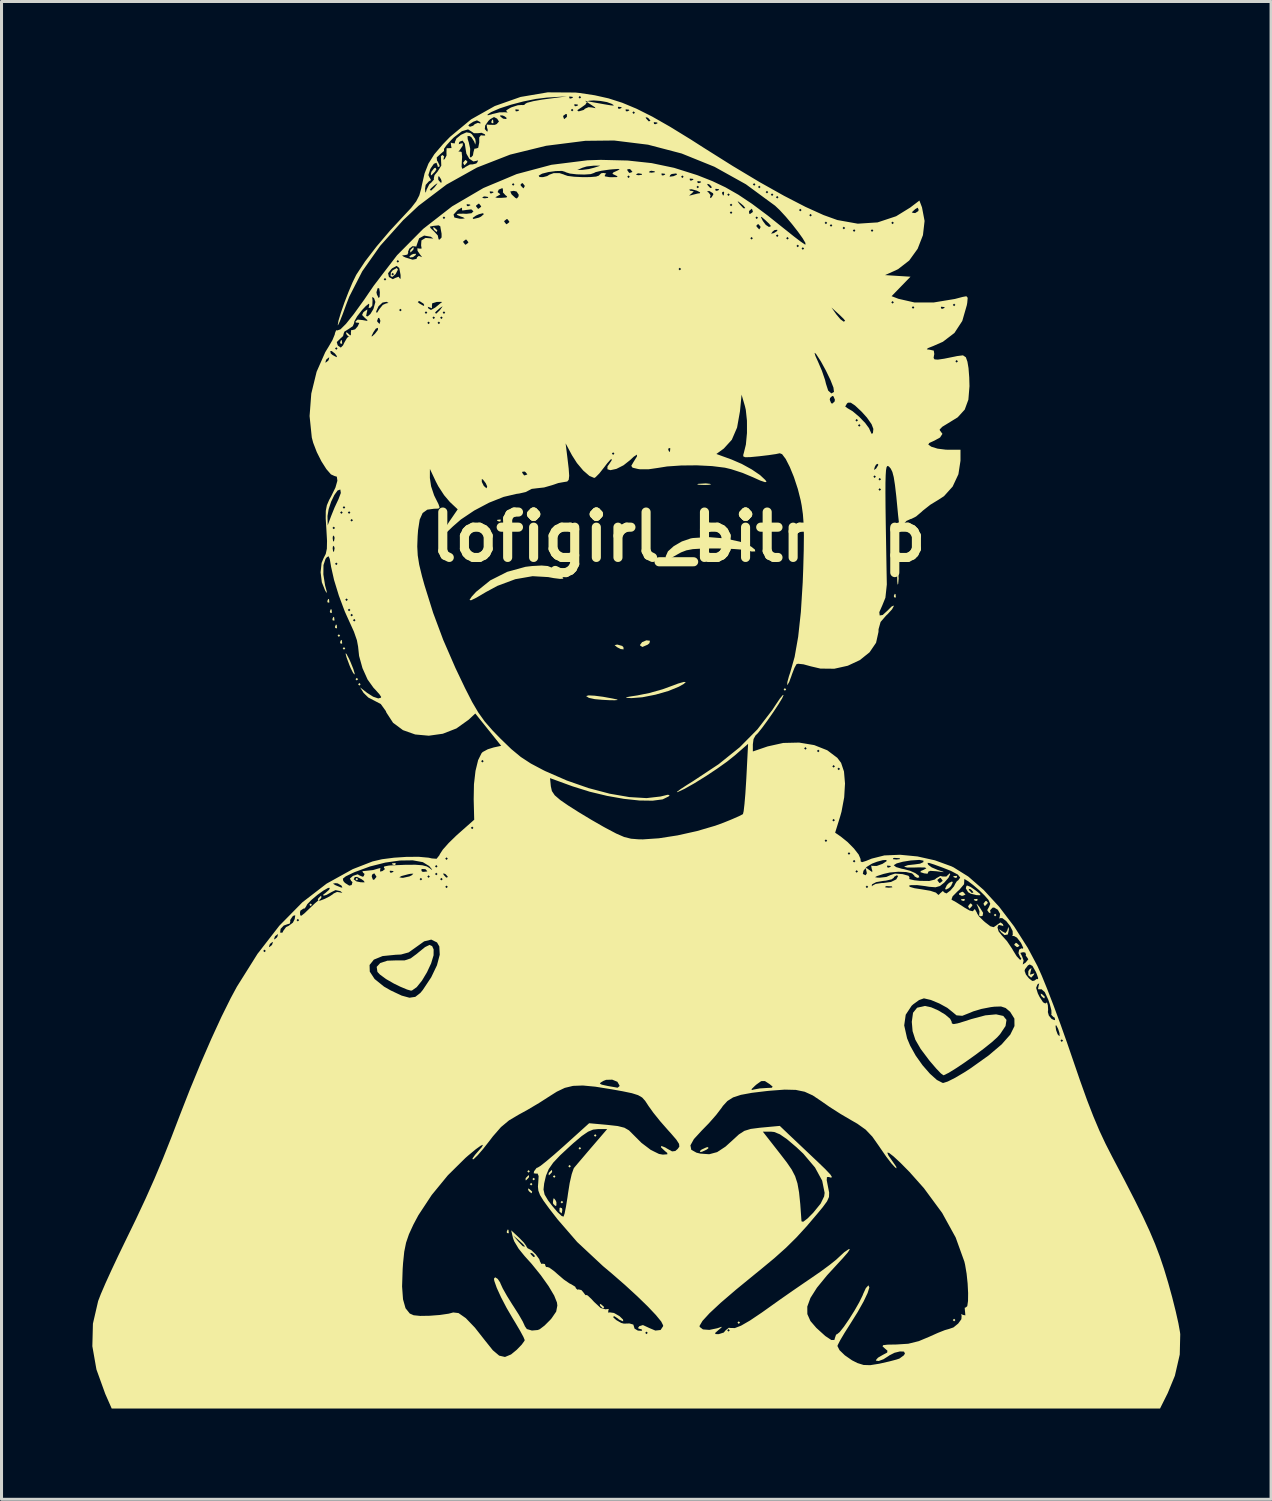
<source format=kicad_pcb>
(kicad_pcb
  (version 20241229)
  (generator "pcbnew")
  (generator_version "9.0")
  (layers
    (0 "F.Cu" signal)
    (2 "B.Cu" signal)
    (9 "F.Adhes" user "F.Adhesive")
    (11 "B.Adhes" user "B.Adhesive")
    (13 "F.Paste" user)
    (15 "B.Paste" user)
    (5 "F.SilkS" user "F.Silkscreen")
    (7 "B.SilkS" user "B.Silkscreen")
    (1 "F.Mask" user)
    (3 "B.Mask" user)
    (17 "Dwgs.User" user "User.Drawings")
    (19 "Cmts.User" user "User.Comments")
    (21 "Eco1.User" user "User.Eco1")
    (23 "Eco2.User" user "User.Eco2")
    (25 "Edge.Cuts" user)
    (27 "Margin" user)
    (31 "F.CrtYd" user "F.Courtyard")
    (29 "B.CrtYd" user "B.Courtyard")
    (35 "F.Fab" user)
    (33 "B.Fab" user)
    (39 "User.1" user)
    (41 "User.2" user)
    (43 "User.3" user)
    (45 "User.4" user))
  (footprint "lofigirl_bitmap"
    (layer "F.Cu")
    (at 19.36 14.683)
    (property "Reference" "lofigirl_bitmap" (at 0 0 0) (layer "F.SilkS") (effects (font (size 1.5 1.5) (thickness 0.3))))
    (attr board_only exclude_from_pos_files exclude_from_bom)
    (fp_poly (pts (xy -12.107 12.15) (xy -12.15 12.192) (xy -12.192 12.15) (xy -12.15 12.107)) (stroke (width 0) (type solid)) (fill yes) (layer "F.SilkS"))
    (fp_poly (pts (xy -11.176 3.26) (xy -11.218 3.302) (xy -11.261 3.26) (xy -11.218 3.217)) (stroke (width 0) (type solid)) (fill yes) (layer "F.SilkS"))
    (fp_poly (pts (xy -11.007 3.683) (xy -11.049 3.725) (xy -11.091 3.683) (xy -11.049 3.641)) (stroke (width 0) (type solid)) (fill yes) (layer "F.SilkS"))
    (fp_poly (pts (xy -10.583 4.699) (xy -10.626 4.741) (xy -10.668 4.699) (xy -10.626 4.657)) (stroke (width 0) (type solid)) (fill yes) (layer "F.SilkS"))
    (fp_poly (pts (xy -10.583 11.303) (xy -10.626 11.345) (xy -10.668 11.303) (xy -10.626 11.261)) (stroke (width 0) (type solid)) (fill yes) (layer "F.SilkS"))
    (fp_poly (pts (xy -10.499 4.868) (xy -10.541 4.911) (xy -10.583 4.868) (xy -10.541 4.826)) (stroke (width 0) (type solid)) (fill yes) (layer "F.SilkS"))
    (fp_poly (pts (xy -5.334 -0.72) (xy -5.376 -0.677) (xy -5.419 -0.72) (xy -5.376 -0.762)) (stroke (width 0) (type solid)) (fill yes) (layer "F.SilkS"))
    (fp_poly (pts (xy -4.911 20.955) (xy -4.953 20.997) (xy -4.995 20.955) (xy -4.953 20.913)) (stroke (width 0) (type solid)) (fill yes) (layer "F.SilkS"))
    (fp_poly (pts (xy -4.826 21.378) (xy -4.868 21.421) (xy -4.911 21.378) (xy -4.868 21.336)) (stroke (width 0) (type solid)) (fill yes) (layer "F.SilkS"))
    (fp_poly (pts (xy -4.741 21.209) (xy -4.784 21.251) (xy -4.826 21.209) (xy -4.784 21.167)) (stroke (width 0) (type solid)) (fill yes) (layer "F.SilkS"))
    (fp_poly (pts (xy -4.064 21.124) (xy -4.106 21.167) (xy -4.149 21.124) (xy -4.106 21.082)) (stroke (width 0) (type solid)) (fill yes) (layer "F.SilkS"))
    (fp_poly (pts (xy -3.81 21.971) (xy -3.852 22.013) (xy -3.895 21.971) (xy -3.852 21.929)) (stroke (width 0) (type solid)) (fill yes) (layer "F.SilkS"))
    (fp_poly (pts (xy -3.556 20.786) (xy -3.598 20.828) (xy -3.641 20.786) (xy -3.598 20.743)) (stroke (width 0) (type solid)) (fill yes) (layer "F.SilkS"))
    (fp_poly (pts (xy -3.217 20.193) (xy -3.26 20.235) (xy -3.302 20.193) (xy -3.26 20.151)) (stroke (width 0) (type solid)) (fill yes) (layer "F.SilkS"))
    (fp_poly (pts (xy -2.709 19.77) (xy -2.752 19.812) (xy -2.794 19.77) (xy -2.752 19.727)) (stroke (width 0) (type solid)) (fill yes) (layer "F.SilkS"))
    (fp_poly (pts (xy 2.032 25.95) (xy 1.99 25.993) (xy 1.947 25.95) (xy 1.99 25.908)) (stroke (width 0) (type solid)) (fill yes) (layer "F.SilkS"))
    (fp_poly (pts (xy 3.556 5.038) (xy 3.514 5.08) (xy 3.471 5.038) (xy 3.514 4.995)) (stroke (width 0) (type solid)) (fill yes) (layer "F.SilkS"))
    (fp_poly (pts (xy 9.144 25.866) (xy 9.102 25.908) (xy 9.059 25.866) (xy 9.102 25.823)) (stroke (width 0) (type solid)) (fill yes) (layer "F.SilkS"))
    (fp_poly (pts (xy 10.499 12.488) (xy 10.456 12.531) (xy 10.414 12.488) (xy 10.456 12.446)) (stroke (width 0) (type solid)) (fill yes) (layer "F.SilkS"))
    (fp_poly (pts (xy -11.543 2.06) (xy -11.533 2.161) (xy -11.543 2.173) (xy -11.593 2.161) (xy -11.599 2.117) (xy -11.568 2.047)) (stroke (width 0) (type solid)) (fill yes) (layer "F.SilkS"))
    (fp_poly (pts (xy -11.458 2.399) (xy -11.448 2.499) (xy -11.458 2.512) (xy -11.509 2.5) (xy -11.515 2.455) (xy -11.484 2.386)) (stroke (width 0) (type solid)) (fill yes) (layer "F.SilkS"))
    (fp_poly (pts (xy -11.374 2.653) (xy -11.363 2.753) (xy -11.374 2.766) (xy -11.424 2.754) (xy -11.43 2.709) (xy -11.399 2.64)) (stroke (width 0) (type solid)) (fill yes) (layer "F.SilkS"))
    (fp_poly (pts (xy -11.289 2.907) (xy -11.279 3.007) (xy -11.289 3.02) (xy -11.339 3.008) (xy -11.345 2.963) (xy -11.314 2.894)) (stroke (width 0) (type solid)) (fill yes) (layer "F.SilkS"))
    (fp_poly (pts (xy -11.12 -6.491) (xy -11.109 -6.391) (xy -11.12 -6.378) (xy -11.17 -6.39) (xy -11.176 -6.435) (xy -11.145 -6.504)) (stroke (width 0) (type solid)) (fill yes) (layer "F.SilkS"))
    (fp_poly (pts (xy -11.12 3.415) (xy -11.109 3.515) (xy -11.12 3.528) (xy -11.17 3.516) (xy -11.176 3.471) (xy -11.145 3.402)) (stroke (width 0) (type solid)) (fill yes) (layer "F.SilkS"))
    (fp_poly (pts (xy -9.342 10.781) (xy -9.353 10.831) (xy -9.398 10.837) (xy -9.468 10.806) (xy -9.454 10.781) (xy -9.354 10.771)) (stroke (width 0) (type solid)) (fill yes) (layer "F.SilkS"))
    (fp_poly (pts (xy -6.124 -13.772) (xy -6.114 -13.672) (xy -6.124 -13.66) (xy -6.175 -13.671) (xy -6.181 -13.716) (xy -6.15 -13.786)) (stroke (width 0) (type solid)) (fill yes) (layer "F.SilkS"))
    (fp_poly (pts (xy -5.87 -0.564) (xy -5.882 -0.514) (xy -5.927 -0.508) (xy -5.996 -0.539) (xy -5.983 -0.564) (xy -5.883 -0.575)) (stroke (width 0) (type solid)) (fill yes) (layer "F.SilkS"))
    (fp_poly (pts (xy -5.616 22.888) (xy -5.606 22.989) (xy -5.616 23.001) (xy -5.667 22.989) (xy -5.673 22.945) (xy -5.642 22.875)) (stroke (width 0) (type solid)) (fill yes) (layer "F.SilkS"))
    (fp_poly (pts (xy -5.526 -0.644) (xy -5.552 -0.605) (xy -5.637 -0.599) (xy -5.728 -0.62) (xy -5.689 -0.651) (xy -5.556 -0.661)) (stroke (width 0) (type solid)) (fill yes) (layer "F.SilkS"))
    (fp_poly (pts (xy 7.168 1.891) (xy 7.179 1.991) (xy 7.168 2.004) (xy 7.118 1.992) (xy 7.112 1.947) (xy 7.143 1.878)) (stroke (width 0) (type solid)) (fill yes) (layer "F.SilkS"))
    (fp_poly (pts (xy 9.2 11.204) (xy 9.189 11.255) (xy 9.144 11.261) (xy 9.074 11.23) (xy 9.088 11.204) (xy 9.188 11.194)) (stroke (width 0) (type solid)) (fill yes) (layer "F.SilkS"))
    (fp_poly (pts (xy 9.454 11.966) (xy 9.443 12.017) (xy 9.398 12.023) (xy 9.328 11.992) (xy 9.342 11.966) (xy 9.442 11.956)) (stroke (width 0) (type solid)) (fill yes) (layer "F.SilkS"))
    (fp_poly (pts (xy 9.878 11.966) (xy 9.866 12.017) (xy 9.821 12.023) (xy 9.752 11.992) (xy 9.765 11.966) (xy 9.865 11.956)) (stroke (width 0) (type solid)) (fill yes) (layer "F.SilkS"))
    (fp_poly (pts (xy -10.935 -6.739) (xy -10.844 -6.654) (xy -10.863 -6.605) (xy -10.875 -6.604) (xy -10.946 -6.664) (xy -10.972 -6.702) (xy -10.982 -6.76)) (stroke (width 0) (type solid)) (fill yes) (layer "F.SilkS"))
    (fp_poly (pts (xy -8.679 -9.312) (xy -8.769 -9.242) (xy -8.867 -9.23) (xy -8.89 -9.262) (xy -8.824 -9.316) (xy -8.759 -9.346) (xy -8.671 -9.352)) (stroke (width 0) (type solid)) (fill yes) (layer "F.SilkS"))
    (fp_poly (pts (xy -8.056 -10.21) (xy -7.966 -10.125) (xy -7.984 -10.076) (xy -7.996 -10.075) (xy -8.068 -10.135) (xy -8.094 -10.173) (xy -8.104 -10.231)) (stroke (width 0) (type solid)) (fill yes) (layer "F.SilkS"))
    (fp_poly (pts (xy -4.924 21.54) (xy -4.833 21.625) (xy -4.851 21.674) (xy -4.863 21.675) (xy -4.935 21.615) (xy -4.961 21.577) (xy -4.971 21.519)) (stroke (width 0) (type solid)) (fill yes) (layer "F.SilkS"))
    (fp_poly (pts (xy -3.847 22.175) (xy -3.838 22.229) (xy -3.857 22.344) (xy -3.918 22.297) (xy -3.933 22.273) (xy -3.929 22.166) (xy -3.91 22.15)) (stroke (width 0) (type solid)) (fill yes) (layer "F.SilkS"))
    (fp_poly (pts (xy -2.553 25.35) (xy -2.463 25.428) (xy -2.455 25.447) (xy -2.496 25.482) (xy -2.579 25.404) (xy -2.59 25.387) (xy -2.6 25.329)) (stroke (width 0) (type solid)) (fill yes) (layer "F.SilkS"))
    (fp_poly (pts (xy 9.404 11.73) (xy 9.479 11.812) (xy 9.393 11.852) (xy 9.351 11.853) (xy 9.263 11.812) (xy 9.272 11.767) (xy 9.373 11.718)) (stroke (width 0) (type solid)) (fill yes) (layer "F.SilkS"))
    (fp_poly (pts (xy 12.01 15.105) (xy 12.1 15.19) (xy 12.082 15.239) (xy 12.07 15.24) (xy 11.998 15.18) (xy 11.972 15.142) (xy 11.962 15.084)) (stroke (width 0) (type solid)) (fill yes) (layer "F.SilkS"))
    (fp_poly (pts (xy -11.795 11.908) (xy -11.811 11.938) (xy -11.891 12.019) (xy -11.906 12.023) (xy -11.911 11.968) (xy -11.896 11.938) (xy -11.816 11.857) (xy -11.801 11.853)) (stroke (width 0) (type solid)) (fill yes) (layer "F.SilkS"))
    (fp_poly (pts (xy -8.747 -9.513) (xy -8.763 -9.483) (xy -8.843 -9.402) (xy -8.858 -9.398) (xy -8.863 -9.453) (xy -8.848 -9.483) (xy -8.768 -9.564) (xy -8.753 -9.567)) (stroke (width 0) (type solid)) (fill yes) (layer "F.SilkS"))
    (fp_poly (pts (xy -7.996 -12.142) (xy -8.043 -12.065) (xy -8.144 -11.96) (xy -8.178 -11.938) (xy -8.179 -12.002) (xy -8.159 -12.065) (xy -8.07 -12.177) (xy -8.024 -12.192)) (stroke (width 0) (type solid)) (fill yes) (layer "F.SilkS"))
    (fp_poly (pts (xy -6.972 -12.394) (xy -6.985 -12.361) (xy -7.061 -12.281) (xy -7.075 -12.277) (xy -7.111 -12.342) (xy -7.112 -12.361) (xy -7.047 -12.443) (xy -7.022 -12.446)) (stroke (width 0) (type solid)) (fill yes) (layer "F.SilkS"))
    (fp_poly (pts (xy -4.937 21.137) (xy -4.953 21.167) (xy -5.033 21.248) (xy -5.048 21.251) (xy -5.053 21.197) (xy -5.038 21.167) (xy -4.958 21.086) (xy -4.943 21.082)) (stroke (width 0) (type solid)) (fill yes) (layer "F.SilkS"))
    (fp_poly (pts (xy -4.175 20.967) (xy -4.191 20.997) (xy -4.271 21.078) (xy -4.286 21.082) (xy -4.291 21.027) (xy -4.276 20.997) (xy -4.196 20.916) (xy -4.181 20.913)) (stroke (width 0) (type solid)) (fill yes) (layer "F.SilkS"))
    (fp_poly (pts (xy -4.061 21.91) (xy -4.033 21.971) (xy -4.032 22.08) (xy -4.067 22.098) (xy -4.139 22.029) (xy -4.149 21.971) (xy -4.131 21.858) (xy -4.115 21.844)) (stroke (width 0) (type solid)) (fill yes) (layer "F.SilkS"))
    (fp_poly (pts (xy -1.863 3.6) (xy -1.82 3.641) (xy -1.814 3.715) (xy -1.914 3.703) (xy -2.032 3.641) (xy -2.111 3.575) (xy -2.035 3.558) (xy -2.016 3.557)) (stroke (width 0) (type solid)) (fill yes) (layer "F.SilkS"))
    (fp_poly (pts (xy 0.989 20.188) (xy 0.931 20.235) (xy 0.777 20.307) (xy 0.72 20.317) (xy 0.705 20.282) (xy 0.762 20.235) (xy 0.916 20.164) (xy 0.974 20.153)) (stroke (width 0) (type solid)) (fill yes) (layer "F.SilkS"))
    (fp_poly (pts (xy 1.037 -1.753) (xy 1.077 -1.732) (xy 0.971 -1.719) (xy 0.847 -1.716) (xy 0.664 -1.723) (xy 0.613 -1.74) (xy 0.656 -1.753) (xy 0.903 -1.767)) (stroke (width 0) (type solid)) (fill yes) (layer "F.SilkS"))
    (fp_poly (pts (xy 7.257 1.123) (xy 7.271 1.373) (xy 7.256 1.546) (xy 7.236 1.58) (xy 7.224 1.469) (xy 7.221 1.312) (xy 7.227 1.12) (xy 7.242 1.064)) (stroke (width 0) (type solid)) (fill yes) (layer "F.SilkS"))
    (fp_poly (pts (xy 9.059 11.409) (xy 9.001 11.529) (xy 8.932 11.599) (xy 8.83 11.65) (xy 8.805 11.62) (xy 8.864 11.5) (xy 8.932 11.43) (xy 9.035 11.379)) (stroke (width 0) (type solid)) (fill yes) (layer "F.SilkS"))
    (fp_poly (pts (xy 9.708 12.159) (xy 9.694 12.192) (xy 9.618 12.273) (xy 9.605 12.277) (xy 9.568 12.211) (xy 9.567 12.192) (xy 9.632 12.111) (xy 9.657 12.107)) (stroke (width 0) (type solid)) (fill yes) (layer "F.SilkS"))
    (fp_poly (pts (xy 10.216 12.075) (xy 10.202 12.107) (xy 10.126 12.188) (xy 10.113 12.192) (xy 10.076 12.126) (xy 10.075 12.107) (xy 10.14 12.026) (xy 10.165 12.023)) (stroke (width 0) (type solid)) (fill yes) (layer "F.SilkS"))
    (fp_poly (pts (xy 11.176 13.42) (xy 11.257 13.496) (xy 11.261 13.509) (xy 11.195 13.546) (xy 11.176 13.547) (xy 11.095 13.482) (xy 11.091 13.457) (xy 11.143 13.406)) (stroke (width 0) (type solid)) (fill yes) (layer "F.SilkS"))
    (fp_poly (pts (xy -0.946 3.429) (xy -0.943 3.432) (xy -0.96 3.51) (xy -1.018 3.559) (xy -1.192 3.635) (xy -1.268 3.588) (xy -1.27 3.565) (xy -1.202 3.475) (xy -1.061 3.416)) (stroke (width 0) (type solid)) (fill yes) (layer "F.SilkS"))
    (fp_poly (pts (xy 9.869 12.138) (xy 9.944 12.229) (xy 10.061 12.418) (xy 10.042 12.517) (xy 9.977 12.531) (xy 9.918 12.498) (xy 9.931 12.477) (xy 9.941 12.369) (xy 9.898 12.244) (xy 9.842 12.121)) (stroke (width 0) (type solid)) (fill yes) (layer "F.SilkS"))
    (fp_poly (pts (xy -10.969 3.861) (xy -10.882 4.024) (xy -10.83 4.14) (xy -10.74 4.363) (xy -10.696 4.513) (xy -10.698 4.546) (xy -10.746 4.496) (xy -10.828 4.333) (xy -10.869 4.235) (xy -10.965 3.975) (xy -10.998 3.848)) (stroke (width 0) (type solid)) (fill yes) (layer "F.SilkS"))
    (fp_poly (pts (xy 10.91 12.942) (xy 10.912 12.97) (xy 10.877 13.13) (xy 10.768 13.152) (xy 10.656 13.059) (xy 10.584 12.959) (xy 10.627 12.98) (xy 10.682 13.022) (xy 10.798 13.085) (xy 10.854 13.011) (xy 10.863 12.98) (xy 10.895 12.879)) (stroke (width 0) (type solid)) (fill yes) (layer "F.SilkS"))
    (fp_poly (pts (xy 11.637 14.33) (xy 11.632 14.344) (xy 11.608 14.455) (xy 11.68 14.438) (xy 11.683 14.436) (xy 11.755 14.413) (xy 11.734 14.465) (xy 11.647 14.557) (xy 11.565 14.49) (xy 11.552 14.471) (xy 11.554 14.34) (xy 11.595 14.28) (xy 11.659 14.236)) (stroke (width 0) (type solid)) (fill yes) (layer "F.SilkS"))
    (fp_poly (pts (xy -9.267 -8.83) (xy -9.344 -8.68) (xy -9.453 -8.587) (xy -9.511 -8.614) (xy -9.505 -8.678) (xy -9.483 -8.678) (xy -9.44 -8.636) (xy -9.398 -8.678) (xy -9.44 -8.721) (xy -9.483 -8.678) (xy -9.505 -8.678) (xy -9.5 -8.732) (xy -9.437 -8.808) (xy -9.305 -8.881)) (stroke (width 0) (type solid)) (fill yes) (layer "F.SilkS"))
    (fp_poly (pts (xy -2.774 5.244) (xy -2.495 5.28) (xy -2.179 5.337) (xy -2.032 5.369) (xy -2.009 5.387) (xy -2.112 5.395) (xy -2.299 5.392) (xy -2.525 5.38) (xy -2.748 5.36) (xy -2.773 5.357) (xy -2.96 5.316) (xy -3.047 5.261) (xy -3.048 5.256) (xy -2.972 5.234)) (stroke (width 0) (type solid)) (fill yes) (layer "F.SilkS"))
    (fp_poly (pts (xy 0.241 4.794) (xy 0.174 4.855) (xy 0.012 4.947) (xy -0.335 5.089) (xy -0.762 5.211) (xy -1.193 5.296) (xy -1.551 5.324) (xy -1.563 5.324) (xy -1.716 5.315) (xy -1.73 5.298) (xy -1.595 5.271) (xy -1.358 5.235) (xy -0.961 5.155) (xy -0.534 5.035) (xy -0.304 4.952) (xy -0.012 4.843) (xy 0.175 4.79)) (stroke (width 0) (type solid)) (fill yes) (layer "F.SilkS"))
    (fp_poly (pts (xy 9.652 11.565) (xy 9.818 11.679) (xy 9.821 11.682) (xy 9.961 11.794) (xy 9.971 11.834) (xy 9.854 11.832) (xy 9.841 11.831) (xy 9.652 11.785) (xy 9.566 11.734) (xy 9.499 11.624) (xy 9.581 11.624) (xy 9.602 11.671) (xy 9.687 11.762) (xy 9.736 11.743) (xy 9.737 11.731) (xy 9.677 11.66) (xy 9.639 11.634) (xy 9.581 11.624) (xy 9.499 11.624) (xy 9.489 11.608) (xy 9.511 11.524) (xy 9.546 11.517)) (stroke (width 0) (type solid)) (fill yes) (layer "F.SilkS"))
    (fp_poly (pts (xy -4.318 0.962) (xy -4.165 1.023) (xy -4.022 1.129) (xy -3.871 1.271) (xy -3.807 1.367) (xy -3.81 1.38) (xy -3.91 1.387) (xy -4.121 1.361) (xy -4.303 1.327) (xy -4.819 1.297) (xy -5.392 1.397) (xy -5.984 1.618) (xy -6.363 1.823) (xy -6.675 2.007) (xy -6.854 2.094) (xy -6.903 2.082) (xy -6.829 1.971) (xy -6.684 1.813) (xy -6.219 1.437) (xy -5.656 1.153) (xy -5.051 0.987) (xy -4.838 0.962) (xy -4.523 0.945)) (stroke (width 0) (type solid)) (fill yes) (layer "F.SilkS"))
    (fp_poly (pts (xy -8.137 13.515) (xy -8.088 13.625) (xy -8.09 13.819) (xy -8.171 14.086) (xy -8.308 14.379) (xy -8.474 14.656) (xy -8.647 14.871) (xy -8.802 14.98) (xy -8.837 14.986) (xy -8.966 14.949) (xy -9.19 14.855) (xy -9.399 14.753) (xy -9.66 14.603) (xy -9.862 14.454) (xy -9.944 14.367) (xy -9.969 14.201) (xy -9.851 14.073) (xy -9.615 13.997) (xy -9.306 13.986) (xy -9.043 13.986) (xy -8.847 13.921) (xy -8.632 13.761) (xy -8.605 13.737) (xy -8.372 13.548) (xy -8.226 13.476)) (stroke (width 0) (type solid)) (fill yes) (layer "F.SilkS"))
    (fp_poly (pts (xy 1.531 0.05) (xy 2.028 0.158) (xy 2.18 0.212) (xy 2.401 0.321) (xy 2.523 0.418) (xy 2.533 0.479) (xy 2.419 0.483) (xy 2.307 0.454) (xy 2.125 0.423) (xy 1.823 0.399) (xy 1.447 0.384) (xy 1.185 0.381) (xy 0.765 0.386) (xy 0.471 0.404) (xy 0.259 0.444) (xy 0.085 0.511) (xy -0.026 0.572) (xy -0.253 0.702) (xy -0.372 0.75) (xy -0.417 0.723) (xy -0.423 0.643) (xy -0.349 0.477) (xy -0.155 0.303) (xy 0.111 0.15) (xy 0.406 0.049) (xy 0.475 0.037) (xy 0.986 0.006)) (stroke (width 0) (type solid)) (fill yes) (layer "F.SilkS"))
    (fp_poly (pts (xy 8.344 15.536) (xy 8.581 15.64) (xy 8.807 15.776) (xy 8.969 15.913) (xy 9.017 16.003) (xy 9.029 16.068) (xy 9.086 16.091) (xy 9.22 16.067) (xy 9.464 15.993) (xy 9.669 15.926) (xy 10.134 15.802) (xy 10.489 15.769) (xy 10.725 15.821) (xy 10.832 15.952) (xy 10.801 16.154) (xy 10.622 16.422) (xy 10.527 16.527) (xy 10.349 16.688) (xy 10.09 16.895) (xy 9.784 17.123) (xy 9.466 17.349) (xy 9.168 17.549) (xy 8.925 17.699) (xy 8.771 17.775) (xy 8.746 17.78) (xy 8.664 17.718) (xy 8.509 17.556) (xy 8.312 17.326) (xy 8.279 17.286) (xy 7.998 16.912) (xy 7.822 16.607) (xy 7.731 16.324) (xy 7.705 16.018) (xy 7.705 16.013) (xy 7.746 15.716) (xy 7.88 15.55) (xy 8.126 15.494) (xy 8.149 15.494)) (stroke (width 0) (type solid)) (fill yes) (layer "F.SilkS"))
    (fp_poly (pts (xy -3.405 -14.677) (xy -3.26 -14.661) (xy -2.77 -14.587) (xy -2.311 -14.484) (xy -1.858 -14.339) (xy -1.386 -14.142) (xy -0.868 -13.882) (xy -0.28 -13.547) (xy 0.404 -13.127) (xy 0.821 -12.86) (xy 1.788 -12.252) (xy 2.679 -11.718) (xy 3.485 -11.266) (xy 4.192 -10.901) (xy 4.79 -10.63) (xy 5.245 -10.466) (xy 5.921 -10.345) (xy 6.332 -10.372) (xy 7.027 -10.372) (xy 7.07 -10.329) (xy 7.112 -10.372) (xy 7.07 -10.414) (xy 7.027 -10.372) (xy 6.332 -10.372) (xy 6.573 -10.387) (xy 7.187 -10.591) (xy 7.387 -10.714) (xy 7.705 -10.714) (xy 7.773 -10.698) (xy 7.818 -10.696) (xy 7.921 -10.762) (xy 7.93 -10.808) (xy 7.9 -10.874) (xy 7.818 -10.826) (xy 7.721 -10.737) (xy 7.705 -10.714) (xy 7.387 -10.714) (xy 7.651 -10.877) (xy 7.956 -11.109) (xy 8.042 -10.883) (xy 8.127 -10.436) (xy 8.073 -9.966) (xy 7.898 -9.516) (xy 7.619 -9.128) (xy 7.253 -8.844) (xy 7.167 -8.802) (xy 6.821 -8.647) (xy 7.242 -8.62) (xy 7.662 -8.594) (xy 7.349 -8.272) (xy 7.037 -7.951) (xy 7.265 -7.864) (xy 7.794 -7.743) (xy 8.422 -7.742) (xy 9.129 -7.859) (xy 9.383 -7.926) (xy 9.507 -7.949) (xy 9.551 -7.898) (xy 9.536 -7.731) (xy 9.522 -7.653) (xy 9.372 -7.132) (xy 9.113 -6.736) (xy 8.732 -6.445) (xy 8.419 -6.307) (xy 8.233 -6.233) (xy 8.201 -6.195) (xy 8.286 -6.184) (xy 8.431 -6.153) (xy 8.448 -6.038) (xy 8.439 -6.001) (xy 8.425 -5.911) (xy 8.457 -5.863) (xy 8.564 -5.855) (xy 8.775 -5.886) (xy 9.118 -5.955) (xy 9.203 -5.973) (xy 9.395 -5.997) (xy 9.49 -5.933) (xy 9.542 -5.788) (xy 9.578 -5.576) (xy 9.602 -5.267) (xy 9.61 -4.98) (xy 9.574 -4.535) (xy 9.453 -4.205) (xy 9.221 -3.95) (xy 8.903 -3.754) (xy 8.713 -3.638) (xy 8.624 -3.546) (xy 8.633 -3.516) (xy 8.717 -3.404) (xy 8.638 -3.283) (xy 8.453 -3.181) (xy 8.281 -3.102) (xy 8.25 -3.048) (xy 8.344 -2.983) (xy 8.363 -2.974) (xy 8.556 -2.915) (xy 8.829 -2.881) (xy 8.927 -2.879) (xy 9.313 -2.879) (xy 9.313 -2.516) (xy 9.244 -2.069) (xy 9.054 -1.663) (xy 8.769 -1.346) (xy 8.593 -1.231) (xy 8.319 -1.064) (xy 8.069 -0.867) (xy 8.026 -0.826) (xy 7.846 -0.674) (xy 7.693 -0.596) (xy 7.671 -0.593) (xy 7.53 -0.529) (xy 7.421 -0.415) (xy 7.355 -0.335) (xy 7.312 -0.343) (xy 7.281 -0.464) (xy 7.252 -0.722) (xy 7.243 -0.818) (xy 7.193 -1.337) (xy 7.149 -1.715) (xy 7.108 -1.976) (xy 7.063 -2.147) (xy 7.009 -2.256) (xy 6.957 -2.316) (xy 6.922 -2.341) (xy 6.893 -2.339) (xy 6.87 -2.297) (xy 6.853 -2.2) (xy 6.842 -2.034) (xy 6.835 -1.788) (xy 6.834 -1.445) (xy 6.837 -0.994) (xy 6.845 -0.42) (xy 6.857 0.29) (xy 6.872 1.149) (xy 6.88 1.57) (xy 6.833 2.009) (xy 6.729 2.266) (xy 6.632 2.485) (xy 6.644 2.595) (xy 6.745 2.578) (xy 6.908 2.429) (xy 7.037 2.299) (xy 7.108 2.268) (xy 7.112 2.281) (xy 7.054 2.389) (xy 6.909 2.549) (xy 6.858 2.596) (xy 6.674 2.809) (xy 6.607 3.048) (xy 6.604 3.14) (xy 6.525 3.496) (xy 6.31 3.811) (xy 5.988 4.069) (xy 5.59 4.255) (xy 5.146 4.354) (xy 4.687 4.349) (xy 4.371 4.275) (xy 4.126 4.208) (xy 3.947 4.189) (xy 3.895 4.205) (xy 3.829 4.326) (xy 3.747 4.538) (xy 3.727 4.599) (xy 3.655 4.792) (xy 3.6 4.886) (xy 3.589 4.887) (xy 3.595 4.795) (xy 3.648 4.599) (xy 3.689 4.479) (xy 3.835 3.963) (xy 3.952 3.299) (xy 4.041 2.481) (xy 4.102 1.504) (xy 4.119 1.058) (xy 4.136 0.437) (xy 4.141 -0.049) (xy 4.132 -0.433) (xy 4.108 -0.751) (xy 4.068 -1.036) (xy 4.035 -1.209) (xy 3.945 -1.566) (xy 6.604 -1.566) (xy 6.646 -1.524) (xy 6.689 -1.566) (xy 6.646 -1.609) (xy 6.604 -1.566) (xy 3.945 -1.566) (xy 3.937 -1.594) (xy 3.835 -1.905) (xy 6.604 -1.905) (xy 6.646 -1.863) (xy 6.689 -1.905) (xy 6.646 -1.947) (xy 6.604 -1.905) (xy 3.835 -1.905) (xy 3.813 -1.971) (xy 3.806 -1.99) (xy 6.435 -1.99) (xy 6.477 -1.947) (xy 6.519 -1.99) (xy 6.477 -2.032) (xy 6.435 -1.99) (xy 3.806 -1.99) (xy 3.715 -2.212) (xy 6.457 -2.212) (xy 6.519 -2.252) (xy 6.53 -2.263) (xy 6.597 -2.374) (xy 6.588 -2.415) (xy 6.525 -2.39) (xy 6.482 -2.311) (xy 6.457 -2.212) (xy 3.715 -2.212) (xy 3.676 -2.308) (xy 3.541 -2.573) (xy 3.421 -2.733) (xy 3.344 -2.763) (xy 3.215 -2.736) (xy 2.971 -2.7) (xy 2.668 -2.664) (xy 2.366 -2.635) (xy 2.199 -2.632) (xy 2.136 -2.663) (xy 2.143 -2.733) (xy 2.154 -2.762) (xy 2.225 -3.049) (xy 2.261 -3.431) (xy 2.261 -3.683) (xy 5.927 -3.683) (xy 5.969 -3.641) (xy 6.011 -3.683) (xy 5.969 -3.725) (xy 5.927 -3.683) (xy 2.261 -3.683) (xy 2.26 -3.838) (xy 2.259 -3.852) (xy 5.842 -3.852) (xy 5.884 -3.81) (xy 5.927 -3.852) (xy 5.884 -3.895) (xy 5.842 -3.852) (xy 2.259 -3.852) (xy 2.222 -4.198) (xy 2.197 -4.306) (xy 5.506 -4.306) (xy 5.575 -4.255) (xy 5.752 -4.149) (xy 5.967 -3.968) (xy 6.165 -3.763) (xy 6.294 -3.588) (xy 6.309 -3.551) (xy 6.376 -3.405) (xy 6.421 -3.426) (xy 6.435 -3.567) (xy 6.376 -3.723) (xy 6.223 -3.941) (xy 6.051 -4.132) (xy 5.831 -4.339) (xy 5.689 -4.434) (xy 5.597 -4.433) (xy 5.564 -4.406) (xy 5.506 -4.306) (xy 2.197 -4.306) (xy 2.194 -4.318) (xy 2.132 -4.53) (xy 4.995 -4.53) (xy 5.041 -4.417) (xy 5.08 -4.403) (xy 5.155 -4.471) (xy 5.165 -4.53) (xy 5.119 -4.642) (xy 5.08 -4.657) (xy 5.005 -4.588) (xy 4.995 -4.53) (xy 2.132 -4.53) (xy 2.083 -4.699) (xy 2.03 -4.149) (xy 1.934 -3.611) (xy 1.76 -3.208) (xy 1.497 -2.919) (xy 1.474 -2.902) (xy 1.25 -2.739) (xy 1.753 -2.556) (xy 2.09 -2.41) (xy 2.417 -2.23) (xy 2.692 -2.043) (xy 2.87 -1.877) (xy 2.907 -1.819) (xy 2.858 -1.808) (xy 2.695 -1.863) (xy 2.466 -1.967) (xy 2.116 -2.114) (xy 1.738 -2.237) (xy 1.534 -2.286) (xy 1.109 -2.339) (xy 0.606 -2.364) (xy 0.089 -2.359) (xy -0.377 -2.327) (xy -0.677 -2.279) (xy -0.98 -2.235) (xy -1.267 -2.233) (xy -1.335 -2.243) (xy -1.517 -2.286) (xy -1.56 -2.347) (xy -1.489 -2.47) (xy -1.484 -2.478) (xy -1.372 -2.66) (xy -1.373 -2.718) (xy -1.479 -2.649) (xy -1.598 -2.538) (xy -1.816 -2.366) (xy -2.05 -2.247) (xy -2.25 -2.204) (xy -2.348 -2.235) (xy -2.345 -2.331) (xy -2.302 -2.389) (xy -2.213 -2.521) (xy -2.201 -2.57) (xy -2.245 -2.555) (xy -2.356 -2.43) (xy -2.456 -2.299) (xy -2.614 -2.098) (xy -2.74 -1.971) (xy -2.783 -1.947) (xy -2.943 -2.015) (xy -3.147 -2.192) (xy -3.355 -2.44) (xy -3.518 -2.696) (xy -3.548 -2.752) (xy -2.201 -2.752) (xy -2.159 -2.709) (xy -2.117 -2.752) (xy -2.159 -2.794) (xy -2.201 -2.752) (xy -3.548 -2.752) (xy -3.616 -2.879) (xy -0.339 -2.879) (xy -0.308 -2.809) (xy -0.282 -2.822) (xy -0.272 -2.923) (xy -0.282 -2.935) (xy -0.333 -2.923) (xy -0.339 -2.879) (xy -3.616 -2.879) (xy -3.729 -3.09) (xy -3.671 -2.625) (xy -3.627 -2.253) (xy -3.611 -2.017) (xy -3.626 -1.887) (xy -3.675 -1.83) (xy -3.763 -1.815) (xy -3.768 -1.815) (xy -3.97 -1.779) (xy -4.175 -1.709) (xy -4.44 -1.633) (xy -4.657 -1.609) (xy -4.848 -1.586) (xy -4.946 -1.535) (xy -5.051 -1.481) (xy -5.262 -1.433) (xy -5.353 -1.421) (xy -5.775 -1.322) (xy -6.258 -1.13) (xy -6.747 -0.871) (xy -7.187 -0.576) (xy -7.448 -0.349) (xy -7.692 -0.116) (xy -7.827 -0.013) (xy -7.855 -0.04) (xy -7.774 -0.198) (xy -7.585 -0.485) (xy -7.583 -0.488) (xy -7.293 -0.911) (xy -7.552 -1.154) (xy -7.742 -1.378) (xy -7.933 -1.671) (xy -8.009 -1.817) (xy -6.497 -1.817) (xy -6.432 -1.685) (xy -6.348 -1.61) (xy -6.34 -1.609) (xy -6.319 -1.667) (xy -6.367 -1.774) (xy -6.457 -1.892) (xy -6.497 -1.913) (xy -6.497 -1.817) (xy -8.009 -1.817) (xy -8.011 -1.82) (xy -8.153 -2.122) (xy -5.165 -2.122) (xy -5.103 -2.035) (xy -5.08 -2.032) (xy -4.998 -2.061) (xy -4.995 -2.069) (xy -5.055 -2.142) (xy -5.08 -2.159) (xy -5.158 -2.152) (xy -5.165 -2.122) (xy -8.153 -2.122) (xy -8.211 -2.244) (xy -8.212 -1.944) (xy -8.172 -1.672) (xy -8.073 -1.375) (xy -8.043 -1.312) (xy -7.929 -1.086) (xy -7.89 -0.973) (xy -7.929 -0.935) (xy -8.049 -0.931) (xy -8.069 -0.931) (xy -8.297 -0.9) (xy -8.451 -0.789) (xy -8.548 -0.573) (xy -8.602 -0.225) (xy -8.617 -0.022) (xy -8.629 0.316) (xy -8.613 0.611) (xy -8.564 0.92) (xy -8.472 1.299) (xy -8.39 1.594) (xy -8.104 2.509) (xy -7.771 3.402) (xy -7.367 4.331) (xy -7.05 4.995) (xy -6.818 5.45) (xy -6.613 5.799) (xy -6.4 6.097) (xy -6.141 6.394) (xy -5.888 6.655) (xy -5.525 7.006) (xy -5.209 7.268) (xy -4.879 7.484) (xy -4.477 7.697) (xy -4.403 7.734) (xy -3.692 8.045) (xy -2.973 8.296) (xy -2.274 8.481) (xy -1.625 8.593) (xy -1.055 8.627) (xy -0.595 8.574) (xy -0.558 8.565) (xy -0.356 8.516) (xy -0.294 8.527) (xy -0.325 8.571) (xy -0.525 8.669) (xy -0.856 8.712) (xy -1.291 8.706) (xy -1.8 8.652) (xy -2.356 8.554) (xy -2.931 8.416) (xy -3.496 8.239) (xy -3.571 8.212) (xy -4.243 7.967) (xy -4.217 8.238) (xy -4.182 8.394) (xy -4.088 8.534) (xy -3.905 8.691) (xy -3.641 8.873) (xy -3.294 9.093) (xy -2.878 9.344) (xy -2.472 9.577) (xy -2.404 9.614) (xy -2.056 9.798) (xy -1.796 9.911) (xy -1.568 9.968) (xy -1.316 9.988) (xy -1.177 9.99) (xy -0.649 9.954) (xy -0.031 9.858) (xy 0.611 9.715) (xy 1.215 9.538) (xy 1.483 9.44) (xy 1.691 9.356) (xy 5.08 9.356) (xy 5.122 9.398) (xy 5.165 9.356) (xy 5.122 9.313) (xy 5.08 9.356) (xy 1.691 9.356) (xy 1.775 9.321) (xy 2.003 9.221) (xy 2.122 9.159) (xy 2.128 9.155) (xy 2.152 9.055) (xy 2.179 8.819) (xy 2.208 8.479) (xy 2.234 8.069) (xy 2.24 7.968) (xy 2.256 7.662) (xy 5.249 7.662) (xy 5.292 7.705) (xy 5.334 7.662) (xy 5.292 7.62) (xy 5.249 7.662) (xy 2.256 7.662) (xy 2.26 7.578) (xy 5.08 7.578) (xy 5.122 7.62) (xy 5.165 7.578) (xy 5.122 7.535) (xy 5.08 7.578) (xy 2.26 7.578) (xy 2.298 6.834) (xy 1.867 7.211) (xy 1.604 7.421) (xy 1.264 7.663) (xy 0.888 7.912) (xy 0.518 8.141) (xy 0.197 8.322) (xy -0.033 8.429) (xy -0.042 8.432) (xy -0.049 8.417) (xy 0.068 8.33) (xy 0.286 8.188) (xy 0.483 8.065) (xy 1.324 7.508) (xy 2.023 6.946) (xy 2.607 6.355) (xy 3.101 5.711) (xy 3.21 5.544) (xy 3.348 5.339) (xy 3.443 5.225) (xy 3.471 5.219) (xy 3.425 5.326) (xy 3.303 5.527) (xy 3.134 5.783) (xy 2.945 6.055) (xy 2.764 6.302) (xy 2.618 6.485) (xy 2.542 6.56) (xy 2.478 6.677) (xy 2.455 6.85) (xy 2.455 7.086) (xy 2.503 7.07) (xy 4.572 7.07) (xy 4.614 7.112) (xy 4.657 7.07) (xy 4.614 7.027) (xy 4.572 7.07) (xy 2.503 7.07) (xy 2.752 6.985) (xy 4.149 6.985) (xy 4.191 7.027) (xy 4.233 6.985) (xy 4.191 6.943) (xy 4.149 6.985) (xy 2.752 6.985) (xy 2.942 6.92) (xy 3.459 6.805) (xy 3.984 6.793) (xy 4.481 6.876) (xy 4.913 7.047) (xy 5.245 7.297) (xy 5.369 7.462) (xy 5.465 7.748) (xy 5.499 8.144) (xy 5.472 8.601) (xy 5.384 9.073) (xy 5.338 9.237) (xy 5.173 9.769) (xy 5.359 9.897) (xy 5.584 10.078) (xy 5.794 10.291) (xy 5.95 10.491) (xy 6.011 10.634) (xy 6.011 10.635) (xy 6.018 10.72) (xy 6.065 10.742) (xy 6.193 10.702) (xy 6.338 10.643) (xy 7.08 10.643) (xy 7.197 10.655) (xy 7.317 10.641) (xy 7.303 10.612) (xy 7.129 10.601) (xy 7.091 10.612) (xy 7.08 10.643) (xy 6.338 10.643) (xy 6.379 10.626) (xy 6.799 10.52) (xy 7.318 10.498) (xy 7.89 10.553) (xy 8.469 10.682) (xy 9.009 10.878) (xy 9.083 10.913) (xy 9.57 11.217) (xy 10.079 11.66) (xy 10.591 12.217) (xy 11.083 12.863) (xy 11.535 13.573) (xy 11.856 14.176) (xy 11.999 14.496) (xy 12.181 14.943) (xy 12.39 15.485) (xy 12.613 16.089) (xy 12.837 16.719) (xy 12.998 17.187) (xy 13.262 17.956) (xy 13.491 18.595) (xy 13.7 19.135) (xy 13.9 19.609) (xy 14.106 20.048) (xy 14.33 20.486) (xy 14.332 20.489) (xy 14.736 21.258) (xy 15.068 21.904) (xy 15.339 22.452) (xy 15.56 22.929) (xy 15.742 23.358) (xy 15.896 23.765) (xy 16.034 24.174) (xy 16.166 24.612) (xy 16.174 24.638) (xy 16.305 25.113) (xy 16.42 25.571) (xy 16.51 25.971) (xy 16.563 26.266) (xy 16.571 26.333) (xy 16.555 27.004) (xy 16.394 27.705) (xy 16.159 28.276) (xy 15.904 28.787) (xy -1.408 28.787) (xy -18.721 28.787) (xy -18.933 28.306) (xy -19.225 27.497) (xy -19.36 26.73) (xy -19.341 25.984) (xy -19.169 25.24) (xy -19.166 25.231) (xy -19.078 25.003) (xy -18.971 24.755) (xy -9.13 24.755) (xy -9.099 25.182) (xy -9.016 25.475) (xy -8.876 25.65) (xy -8.749 25.707) (xy -8.533 25.729) (xy -8.221 25.724) (xy -7.883 25.698) (xy -7.59 25.655) (xy -7.441 25.615) (xy -7.266 25.635) (xy -7.025 25.803) (xy -6.725 26.116) (xy -6.391 26.541) (xy -6.133 26.863) (xy -5.923 27.041) (xy -5.731 27.085) (xy -5.531 27.002) (xy -5.343 26.848) (xy -5.18 26.679) (xy -5.088 26.552) (xy -5.08 26.526) (xy -5.122 26.424) (xy -5.195 26.289) (xy -1.101 26.289) (xy -1.058 26.331) (xy -1.016 26.289) (xy -1.058 26.247) (xy -1.101 26.289) (xy -5.195 26.289) (xy -5.234 26.217) (xy -5.396 25.942) (xy -5.471 25.819) (xy -5.678 25.465) (xy -5.862 25.112) (xy -6.004 24.801) (xy -6.084 24.573) (xy -6.096 24.5) (xy -6.056 24.453) (xy -5.971 24.507) (xy -5.892 24.625) (xy -5.88 24.659) (xy -5.806 24.82) (xy -5.665 25.07) (xy -5.484 25.361) (xy -5.451 25.411) (xy -5.276 25.686) (xy -5.146 25.912) (xy -5.083 26.047) (xy -5.08 26.062) (xy -5.009 26.163) (xy -4.842 26.212) (xy -4.649 26.195) (xy -4.584 26.169) (xy -4.425 26.048) (xy -4.236 25.859) (xy -4.193 25.81) (xy -4.04 25.586) (xy -4.002 25.386) (xy -4.015 25.285) (xy -4.106 25.058) (xy -4.291 24.746) (xy -4.548 24.385) (xy -4.85 24.011) (xy -5.086 23.749) (xy -5.17 23.646) (xy -4.897 23.646) (xy -4.876 23.694) (xy -4.791 23.784) (xy -4.742 23.766) (xy -4.741 23.754) (xy -4.801 23.682) (xy -4.839 23.656) (xy -4.897 23.646) (xy -5.17 23.646) (xy -5.281 23.508) (xy -5.425 23.268) (xy -5.467 23.156) (xy -5.487 23.072) (xy -5.461 23.072) (xy -5.3 23.262) (xy -5.15 23.422) (xy -5.084 23.445) (xy -5.08 23.423) (xy -5.137 23.354) (xy -5.271 23.233) (xy -5.461 23.072) (xy -5.487 23.072) (xy -5.526 22.902) (xy -5.265 23.147) (xy -5.107 23.309) (xy -5.025 23.423) (xy -5.021 23.444) (xy -4.983 23.495) (xy -4.861 23.557) (xy -4.713 23.699) (xy -4.599 23.856) (xy -4.572 23.936) (xy -4.527 24.014) (xy -4.487 24.003) (xy -4.41 24.016) (xy -4.403 24.054) (xy -4.373 24.12) (xy -4.353 24.109) (xy -4.269 24.133) (xy -4.11 24.248) (xy -3.997 24.348) (xy -3.786 24.529) (xy -3.601 24.656) (xy -3.539 24.686) (xy -3.411 24.765) (xy -3.387 24.818) (xy -3.335 24.865) (xy -3.307 24.853) (xy -3.208 24.875) (xy -3.14 24.954) (xy -3.071 25.046) (xy -3.051 25.037) (xy -3 25.054) (xy -2.875 25.172) (xy -2.789 25.266) (xy -2.571 25.467) (xy -2.407 25.512) (xy -2.394 25.508) (xy -2.303 25.499) (xy -2.319 25.554) (xy -2.322 25.621) (xy -2.269 25.612) (xy -2.131 25.632) (xy -1.951 25.735) (xy -1.947 25.738) (xy -1.832 25.85) (xy -1.827 25.905) (xy -1.837 25.906) (xy -1.971 25.846) (xy -1.99 25.823) (xy -2.113 25.742) (xy -2.141 25.739) (xy -2.155 25.778) (xy -2.055 25.867) (xy -1.895 25.96) (xy -1.804 25.984) (xy -1.62 25.978) (xy -1.493 26.015) (xy -1.476 26.068) (xy -1.452 26.149) (xy -1.342 26.214) (xy -1.226 26.221) (xy -1.201 26.206) (xy -1.225 26.167) (xy -1.273 26.162) (xy -1.341 26.133) (xy -1.296 26.069) (xy -1.176 26.031) (xy -0.989 26.117) (xy -0.983 26.121) (xy -0.764 26.213) (xy -0.592 26.194) (xy -0.51 26.071) (xy -0.508 26.041) (xy -0.571 25.915) (xy -0.746 25.701) (xy -1.016 25.416) (xy -1.362 25.08) (xy -1.765 24.71) (xy -2.207 24.325) (xy -2.494 24.084) (xy -3.346 23.289) (xy -3.992 22.543) (xy -4.271 22.183) (xy -4.459 21.925) (xy -4.574 21.738) (xy -4.629 21.592) (xy -4.633 21.556) (xy -4.459 21.556) (xy -4.423 21.721) (xy -4.309 21.913) (xy -4.174 22.092) (xy -3.999 22.299) (xy -3.862 22.427) (xy -3.798 22.45) (xy -3.762 22.346) (xy -3.716 22.116) (xy -3.666 21.804) (xy -3.649 21.681) (xy -3.594 21.337) (xy -3.528 21.048) (xy -3.464 20.863) (xy -3.446 20.834) (xy -3.343 20.711) (xy -3.162 20.499) (xy -2.937 20.234) (xy -2.847 20.13) (xy -2.356 19.558) (xy -2.657 19.558) (xy -2.822 19.576) (xy -2.99 19.646) (xy -3.195 19.787) (xy -3.473 20.022) (xy -3.574 20.113) (xy -3.91 20.425) (xy -4.139 20.668) (xy -4.286 20.879) (xy -4.377 21.095) (xy -4.437 21.352) (xy -4.438 21.36) (xy -4.459 21.556) (xy -4.633 21.556) (xy -4.643 21.458) (xy -4.633 21.33) (xy -4.62 21.11) (xy -4.655 21.026) (xy -4.705 21.03) (xy -4.782 21.018) (xy -4.77 20.951) (xy -4.687 20.841) (xy -4.647 20.828) (xy -4.559 20.774) (xy -4.373 20.627) (xy -4.114 20.408) (xy -3.809 20.139) (xy -3.762 20.097) (xy -2.952 19.365) (xy -2.344 19.42) (xy -2.007 19.458) (xy -1.788 19.513) (xy -1.636 19.601) (xy -1.533 19.704) (xy -1.224 20.013) (xy -0.915 20.247) (xy -0.644 20.38) (xy -0.518 20.402) (xy -0.369 20.391) (xy -0.372 20.346) (xy -0.445 20.287) (xy -0.578 20.161) (xy -0.569 20.114) (xy -0.436 20.167) (xy -0.376 20.204) (xy -0.213 20.295) (xy -0.107 20.283) (xy -0.028 20.215) (xy 0.027 20.138) (xy 0.023 20.096) (xy 0.393 20.096) (xy 0.422 20.242) (xy 0.594 20.338) (xy 0.72 20.368) (xy 1.014 20.389) (xy 1.276 20.319) (xy 1.551 20.138) (xy 1.778 19.933) (xy 1.995 19.734) (xy 2.136 19.643) (xy 2.785 19.643) (xy 3.353 20.37) (xy 3.575 20.658) (xy 3.737 20.894) (xy 3.851 21.113) (xy 3.928 21.351) (xy 3.981 21.647) (xy 4.021 22.035) (xy 4.058 22.552) (xy 4.062 22.606) (xy 4.117 22.62) (xy 4.258 22.514) (xy 4.448 22.323) (xy 4.693 22.022) (xy 4.81 21.782) (xy 4.826 21.666) (xy 4.745 21.262) (xy 4.508 20.827) (xy 4.122 20.371) (xy 3.896 20.158) (xy 3.581 19.891) (xy 3.348 19.731) (xy 3.163 19.655) (xy 3.051 19.643) (xy 2.785 19.643) (xy 2.136 19.643) (xy 2.176 19.617) (xy 2.385 19.553) (xy 2.687 19.514) (xy 2.752 19.508) (xy 3.345 19.453) (xy 3.689 19.781) (xy 3.923 20.002) (xy 4.22 20.283) (xy 4.521 20.568) (xy 4.557 20.601) (xy 4.846 20.879) (xy 5.015 21.058) (xy 5.071 21.148) (xy 5.023 21.16) (xy 4.967 21.141) (xy 4.902 21.144) (xy 4.895 21.246) (xy 4.937 21.464) (xy 4.975 21.655) (xy 4.97 21.8) (xy 4.905 21.945) (xy 4.762 22.14) (xy 4.61 22.324) (xy 4.232 22.769) (xy 3.892 23.14) (xy 3.55 23.478) (xy 3.164 23.823) (xy 2.692 24.214) (xy 2.54 24.337) (xy 1.901 24.86) (xy 1.395 25.294) (xy 1.025 25.639) (xy 0.792 25.893) (xy 0.697 26.054) (xy 0.697 26.091) (xy 0.807 26.175) (xy 1.019 26.191) (xy 1.282 26.136) (xy 1.312 26.126) (xy 1.429 26.087) (xy 1.412 26.119) (xy 1.317 26.197) (xy 1.205 26.297) (xy 1.228 26.329) (xy 1.329 26.331) (xy 1.494 26.278) (xy 1.554 26.206) (xy 1.556 26.204) (xy 1.609 26.204) (xy 1.651 26.247) (xy 1.693 26.204) (xy 1.651 26.162) (xy 1.609 26.204) (xy 1.556 26.204) (xy 1.66 26.121) (xy 1.728 26.128) (xy 1.861 26.13) (xy 2.066 26.051) (xy 2.359 25.882) (xy 2.756 25.615) (xy 3.006 25.437) (xy 3.347 25.194) (xy 3.761 24.905) (xy 4.18 24.617) (xy 4.36 24.495) (xy 4.693 24.265) (xy 4.986 24.049) (xy 5.204 23.875) (xy 5.291 23.794) (xy 5.475 23.624) (xy 5.629 23.52) (xy 5.658 23.532) (xy 5.584 23.642) (xy 5.422 23.828) (xy 5.367 23.887) (xy 4.907 24.387) (xy 4.572 24.797) (xy 4.357 25.136) (xy 4.253 25.421) (xy 4.255 25.669) (xy 4.357 25.898) (xy 4.551 26.124) (xy 4.848 26.393) (xy 5.047 26.525) (xy 5.149 26.523) (xy 5.165 26.461) (xy 5.204 26.347) (xy 5.239 26.331) (xy 5.323 26.263) (xy 5.463 26.086) (xy 5.634 25.837) (xy 5.81 25.557) (xy 5.967 25.283) (xy 6.079 25.055) (xy 6.102 24.995) (xy 6.187 24.812) (xy 6.267 24.724) (xy 6.275 24.723) (xy 6.303 24.789) (xy 6.246 24.971) (xy 6.115 25.248) (xy 5.92 25.596) (xy 5.672 25.993) (xy 5.669 25.998) (xy 5.483 26.291) (xy 5.339 26.534) (xy 5.259 26.691) (xy 5.249 26.724) (xy 5.318 26.861) (xy 5.494 27.031) (xy 5.73 27.195) (xy 5.909 27.286) (xy 6.112 27.349) (xy 6.329 27.356) (xy 6.63 27.308) (xy 6.67 27.299) (xy 6.96 27.233) (xy 7.196 27.171) (xy 7.296 27.138) (xy 7.44 27.033) (xy 7.479 26.973) (xy 7.447 26.908) (xy 7.314 26.902) (xy 7.135 26.946) (xy 6.965 27.032) (xy 6.943 27.049) (xy 6.771 27.159) (xy 6.612 27.218) (xy 6.524 27.206) (xy 6.519 27.189) (xy 6.588 27.109) (xy 6.742 27.019) (xy 6.892 26.94) (xy 6.9 26.877) (xy 6.806 26.796) (xy 6.737 26.732) (xy 6.761 26.695) (xy 6.903 26.678) (xy 7.189 26.673) (xy 7.197 26.673) (xy 7.589 26.648) (xy 7.936 26.562) (xy 8.284 26.416) (xy 8.567 26.289) (xy 8.797 26.198) (xy 8.926 26.162) (xy 8.927 26.162) (xy 9.081 26.109) (xy 9.236 25.983) (xy 9.342 25.838) (xy 9.35 25.73) (xy 9.335 25.668) (xy 9.398 25.696) (xy 9.474 25.711) (xy 9.464 25.593) (xy 9.462 25.582) (xy 9.452 25.46) (xy 9.491 25.447) (xy 9.537 25.406) (xy 9.562 25.235) (xy 9.565 24.974) (xy 9.549 24.66) (xy 9.515 24.334) (xy 9.464 24.032) (xy 9.441 23.935) (xy 9.154 23.139) (xy 8.707 22.327) (xy 8.105 21.51) (xy 7.63 20.976) (xy 7.33 20.672) (xy 7.101 20.46) (xy 6.953 20.345) (xy 6.894 20.335) (xy 6.935 20.434) (xy 7.077 20.637) (xy 7.187 20.798) (xy 7.202 20.855) (xy 7.157 20.828) (xy 7.036 20.697) (xy 6.86 20.468) (xy 6.665 20.186) (xy 6.633 20.138) (xy 6.402 19.809) (xy 6.18 19.576) (xy 5.906 19.381) (xy 5.711 19.269) (xy 5.353 19.059) (xy 4.981 18.821) (xy 4.715 18.635) (xy 4.433 18.446) (xy 4.167 18.325) (xy 3.872 18.264) (xy 3.505 18.255) (xy 3.024 18.291) (xy 2.921 18.301) (xy 2.422 18.361) (xy 2.059 18.428) (xy 1.801 18.513) (xy 1.615 18.631) (xy 1.468 18.791) (xy 1.418 18.863) (xy 1.246 19.088) (xy 1.005 19.363) (xy 0.77 19.604) (xy 0.509 19.887) (xy 0.393 20.096) (xy 0.023 20.096) (xy 0.018 20.047) (xy -0.07 19.91) (xy -0.254 19.696) (xy -0.352 19.588) (xy -0.602 19.303) (xy -0.831 19.018) (xy -0.993 18.792) (xy -1.001 18.779) (xy -1.102 18.625) (xy -1.202 18.515) (xy -1.337 18.437) (xy -1.54 18.373) (xy -1.847 18.309) (xy -2.21 18.244) (xy -2.236 18.24) (xy 2.411 18.24) (xy 2.424 18.268) (xy 2.483 18.253) (xy 2.68 18.216) (xy 2.907 18.201) (xy 3.082 18.193) (xy 3.109 18.157) (xy 3.011 18.074) (xy 2.853 17.972) (xy 2.731 17.974) (xy 2.574 18.086) (xy 2.528 18.126) (xy 2.411 18.24) (xy -2.236 18.24) (xy -2.747 18.158) (xy -3.158 18.119) (xy -3.482 18.131) (xy -3.756 18.197) (xy -4.02 18.323) (xy -4.242 18.463) (xy -4.599 18.692) (xy -4.999 18.929) (xy -5.275 19.08) (xy -5.598 19.271) (xy -5.864 19.493) (xy -6.131 19.799) (xy -6.238 19.94) (xy -6.45 20.21) (xy -6.634 20.424) (xy -6.762 20.547) (xy -6.789 20.562) (xy -6.806 20.53) (xy -6.722 20.411) (xy -6.652 20.331) (xy -6.495 20.151) (xy -6.457 20.077) (xy -6.527 20.103) (xy -6.697 20.225) (xy -6.955 20.439) (xy -7.037 20.511) (xy -7.619 21.086) (xy -8.152 21.736) (xy -8.592 22.404) (xy -8.758 22.715) (xy -8.904 23.034) (xy -8.999 23.312) (xy -9.059 23.609) (xy -9.098 23.989) (xy -9.111 24.18) (xy -9.13 24.755) (xy -18.971 24.755) (xy -18.93 24.659) (xy -18.736 24.233) (xy -18.513 23.758) (xy -18.304 23.326) (xy -17.921 22.538) (xy -17.597 21.846) (xy -17.308 21.197) (xy -17.032 20.54) (xy -16.746 19.821) (xy -16.467 19.093) (xy -16.129 18.228) (xy -16.059 18.06) (xy -2.597 18.06) (xy -2.528 18.093) (xy -2.34 18.134) (xy -2.011 18.192) (xy -1.949 18.14) (xy -1.947 18.122) (xy -2.019 17.996) (xy -2.189 17.926) (xy -2.391 17.932) (xy -2.477 17.965) (xy -2.571 18.021) (xy -2.597 18.06) (xy -16.059 18.06) (xy -15.779 17.379) (xy -15.43 16.577) (xy -15.226 16.134) (xy 7.454 16.134) (xy 7.549 16.56) (xy 7.652 16.806) (xy 7.835 17.134) (xy 8.063 17.454) (xy 8.306 17.732) (xy 8.534 17.936) (xy 8.718 18.031) (xy 8.747 18.034) (xy 8.891 17.988) (xy 9.134 17.866) (xy 9.438 17.686) (xy 9.65 17.549) (xy 10.239 17.129) (xy 10.673 16.761) (xy 10.782 16.637) (xy 12.615 16.637) (xy 12.658 16.679) (xy 12.7 16.637) (xy 12.658 16.595) (xy 12.615 16.637) (xy 10.782 16.637) (xy 10.957 16.439) (xy 11.096 16.157) (xy 11.096 16.143) (xy 12.451 16.143) (xy 12.47 16.287) (xy 12.521 16.426) (xy 12.574 16.488) (xy 12.585 16.484) (xy 12.583 16.39) (xy 12.538 16.247) (xy 12.478 16.132) (xy 12.451 16.143) (xy 11.096 16.143) (xy 11.093 15.909) (xy 10.954 15.687) (xy 10.949 15.682) (xy 10.804 15.559) (xy 10.653 15.509) (xy 10.431 15.516) (xy 10.31 15.531) (xy 10.005 15.59) (xy 9.732 15.672) (xy 9.643 15.71) (xy 9.373 15.817) (xy 9.182 15.802) (xy 9.049 15.692) (xy 8.877 15.554) (xy 8.614 15.41) (xy 8.335 15.294) (xy 8.112 15.242) (xy 8.1 15.242) (xy 7.945 15.297) (xy 7.751 15.438) (xy 7.698 15.487) (xy 7.504 15.781) (xy 7.454 16.134) (xy -15.226 16.134) (xy -15.096 15.851) (xy -14.79 15.234) (xy -14.588 14.859) (xy -14.136 14.139) (xy -10.204 14.139) (xy -10.197 14.358) (xy -10.038 14.601) (xy -9.726 14.853) (xy -9.502 14.981) (xy -9.143 15.15) (xy -8.886 15.22) (xy -8.693 15.191) (xy -8.527 15.062) (xy -8.447 14.965) (xy -8.401 14.896) (xy 11.811 14.896) (xy 11.869 15.082) (xy 11.924 15.191) (xy 12.04 15.37) (xy 12.119 15.413) (xy 12.135 15.392) (xy 12.171 15.377) (xy 12.199 15.473) (xy 12.207 15.619) (xy 12.199 15.693) (xy 12.231 15.809) (xy 12.323 15.92) (xy 12.416 15.961) (xy 12.437 15.95) (xy 12.423 15.878) (xy 12.382 15.856) (xy 12.31 15.782) (xy 12.318 15.75) (xy 12.315 15.637) (xy 12.261 15.426) (xy 12.215 15.29) (xy 12.096 15.033) (xy 11.988 14.939) (xy 11.952 14.943) (xy 11.873 14.938) (xy 11.891 14.839) (xy 11.914 14.743) (xy 11.852 14.785) (xy 11.811 14.896) (xy -8.401 14.896) (xy -8.168 14.545) (xy -8.067 14.334) (xy 11.43 14.334) (xy 11.474 14.455) (xy 11.575 14.581) (xy 11.683 14.665) (xy 11.751 14.657) (xy 11.753 14.653) (xy 11.833 14.599) (xy 11.862 14.61) (xy 11.88 14.576) (xy 11.83 14.431) (xy 11.798 14.359) (xy 11.69 14.17) (xy 11.601 14.121) (xy 11.542 14.152) (xy 11.444 14.279) (xy 11.43 14.334) (xy -8.067 14.334) (xy -7.978 14.148) (xy -7.886 13.799) (xy -7.9 13.526) (xy -7.976 13.394) (xy -8.166 13.3) (xy -8.401 13.358) (xy -8.665 13.547) (xy -8.911 13.722) (xy -9.167 13.793) (xy -9.342 13.801) (xy -9.774 13.844) (xy -10.063 13.962) (xy -10.204 14.139) (xy -14.136 14.139) (xy -13.904 13.769) (xy -13.829 13.674) (xy -13.716 13.674) (xy -13.674 13.716) (xy -13.631 13.674) (xy -13.674 13.631) (xy -13.716 13.674) (xy -13.829 13.674) (xy -13.727 13.541) (xy -13.526 13.541) (xy -13.514 13.547) (xy -13.437 13.487) (xy -13.42 13.462) (xy -13.398 13.383) (xy -13.41 13.377) (xy -13.487 13.437) (xy -13.504 13.462) (xy -13.526 13.541) (xy -13.727 13.541) (xy -13.53 13.287) (xy -13.357 13.287) (xy -13.345 13.293) (xy -13.268 13.233) (xy -13.25 13.208) (xy -13.229 13.129) (xy -13.24 13.123) (xy -13.318 13.183) (xy -13.335 13.208) (xy -13.357 13.287) (xy -13.53 13.287) (xy -13.353 13.059) (xy -13.156 13.059) (xy -13.144 13.075) (xy -13.077 13.067) (xy -13.055 13.013) (xy -12.961 12.886) (xy -12.878 12.847) (xy -12.736 12.74) (xy -12.695 12.658) (xy -12.615 12.658) (xy -12.573 12.7) (xy -12.531 12.658) (xy -12.573 12.615) (xy -12.615 12.658) (xy -12.695 12.658) (xy -12.677 12.622) (xy -12.658 12.497) (xy -12.716 12.51) (xy -12.748 12.535) (xy -12.827 12.653) (xy -12.821 12.71) (xy -12.844 12.776) (xy -12.896 12.785) (xy -13.039 12.836) (xy -13.143 12.947) (xy -13.156 13.059) (xy -13.353 13.059) (xy -13.184 12.841) (xy -12.753 12.404) (xy -12.502 12.404) (xy -12.496 12.498) (xy -12.455 12.511) (xy -12.352 12.43) (xy -12.174 12.259) (xy -12.01 12.103) (xy -11.91 12.017) (xy -11.896 12.011) (xy -11.833 12.012) (xy -11.736 11.975) (xy 9.015 11.975) (xy 9.035 11.992) (xy 9.167 12.064) (xy 9.369 12.192) (xy 9.438 12.238) (xy 9.617 12.341) (xy 9.724 12.364) (xy 9.737 12.345) (xy 9.776 12.295) (xy 9.8 12.312) (xy 9.863 12.427) (xy 9.864 12.441) (xy 9.923 12.532) (xy 10.07 12.678) (xy 10.125 12.726) (xy 10.3 12.86) (xy 10.408 12.89) (xy 10.504 12.827) (xy 10.517 12.815) (xy 10.635 12.733) (xy 10.713 12.79) (xy 10.731 12.856) (xy 10.687 12.839) (xy 10.573 12.814) (xy 10.534 12.893) (xy 10.571 13.028) (xy 10.676 13.159) (xy 10.851 13.354) (xy 11.021 13.606) (xy 11.047 13.654) (xy 11.168 13.849) (xy 11.272 13.96) (xy 11.297 13.97) (xy 11.322 13.925) (xy 11.284 13.875) (xy 11.228 13.752) (xy 11.23 13.739) (xy 11.289 13.739) (xy 11.337 13.833) (xy 11.342 13.839) (xy 11.398 13.994) (xy 11.379 14.072) (xy 11.369 14.123) (xy 11.465 14.058) (xy 11.553 13.95) (xy 11.523 13.902) (xy 11.466 13.824) (xy 11.477 13.793) (xy 11.452 13.728) (xy 11.382 13.716) (xy 11.289 13.739) (xy 11.23 13.739) (xy 11.25 13.633) (xy 11.328 13.587) (xy 11.366 13.602) (xy 11.387 13.576) (xy 11.328 13.444) (xy 11.3 13.394) (xy 11.178 13.236) (xy 11.077 13.179) (xy 11.063 13.183) (xy 11.022 13.178) (xy 11.04 13.138) (xy 11.035 13.016) (xy 10.949 12.847) (xy 10.823 12.687) (xy 10.696 12.592) (xy 10.633 12.59) (xy 10.584 12.6) (xy 10.602 12.575) (xy 10.622 12.451) (xy 10.547 12.315) (xy 10.425 12.241) (xy 10.371 12.246) (xy 10.29 12.332) (xy 10.301 12.383) (xy 10.302 12.431) (xy 10.254 12.409) (xy 10.195 12.327) (xy 10.253 12.224) (xy 10.297 12.119) (xy 10.238 11.99) (xy 10.109 11.843) (xy 9.929 11.667) (xy 9.739 11.504) (xy 9.571 11.375) (xy 9.456 11.306) (xy 9.427 11.32) (xy 9.438 11.341) (xy 9.431 11.47) (xy 9.276 11.654) (xy 9.22 11.703) (xy 9.053 11.871) (xy 9.015 11.975) (xy -11.736 11.975) (xy -11.689 11.957) (xy -11.527 11.875) (xy -11.41 11.797) (xy -11.393 11.778) (xy -11.279 11.726) (xy -11.194 11.738) (xy -11.102 11.759) (xy -11.159 11.706) (xy -11.171 11.698) (xy -11.328 11.665) (xy -11.465 11.733) (xy -11.63 11.825) (xy -11.724 11.851) (xy -11.736 11.816) (xy -11.663 11.762) (xy -11.541 11.654) (xy -11.515 11.591) (xy -11.574 11.593) (xy -11.73 11.682) (xy -11.917 11.816) (xy -12.127 11.992) (xy -12.264 12.134) (xy -12.298 12.201) (xy -12.344 12.27) (xy -12.39 12.277) (xy -12.489 12.345) (xy -12.502 12.404) (xy -12.753 12.404) (xy -12.424 12.069) (xy -11.622 11.451) (xy -11.412 11.451) (xy -11.342 11.498) (xy -11.303 11.515) (xy -11.143 11.58) (xy -11.101 11.578) (xy -11.112 11.557) (xy -7.705 11.557) (xy -7.662 11.599) (xy -7.62 11.557) (xy 6.181 11.557) (xy 6.223 11.599) (xy 6.248 11.574) (xy 6.826 11.574) (xy 6.943 11.586) (xy 7.063 11.573) (xy 7.048 11.543) (xy 6.875 11.532) (xy 6.837 11.543) (xy 6.826 11.574) (xy 6.248 11.574) (xy 6.265 11.557) (xy 6.223 11.515) (xy 6.181 11.557) (xy -7.62 11.557) (xy -7.662 11.515) (xy -7.705 11.557) (xy -11.112 11.557) (xy -11.134 11.515) (xy -11.254 11.444) (xy -11.329 11.436) (xy -11.412 11.451) (xy -11.622 11.451) (xy -11.618 11.449) (xy -11.326 11.287) (xy -11.085 11.287) (xy -11.073 11.362) (xy -11.018 11.427) (xy -10.875 11.518) (xy -10.796 11.498) (xy -10.795 11.496) (xy 6.384 11.496) (xy 6.388 11.545) (xy 6.406 11.517) (xy 6.511 11.461) (xy 6.716 11.431) (xy 6.77 11.43) (xy 7.017 11.397) (xy 7.186 11.314) (xy 7.197 11.303) (xy 7.253 11.198) (xy 7.207 11.176) (xy 7.117 11.231) (xy 7.112 11.256) (xy 7.037 11.31) (xy 6.847 11.353) (xy 6.759 11.362) (xy 6.528 11.402) (xy 6.396 11.472) (xy 6.384 11.496) (xy -10.795 11.496) (xy -10.768 11.401) (xy -10.813 11.36) (xy -10.839 11.31) (xy -10.729 11.31) (xy -10.634 11.379) (xy -10.495 11.407) (xy -10.367 11.409) (xy -10.391 11.363) (xy -10.467 11.306) (xy -10.615 11.231) (xy -10.69 11.232) (xy -10.729 11.31) (xy -10.839 11.31) (xy -10.852 11.284) (xy -10.753 11.196) (xy -10.595 11.143) (xy -10.539 11.179) (xy -10.434 11.223) (xy -10.422 11.218) (xy -10.132 11.218) (xy -10.093 11.32) (xy -10.055 11.324) (xy -10.037 11.303) (xy -8.551 11.303) (xy -8.509 11.345) (xy -8.467 11.303) (xy -7.874 11.303) (xy -7.832 11.345) (xy -7.789 11.303) (xy -7.832 11.261) (xy -7.874 11.303) (xy -8.467 11.303) (xy -8.509 11.261) (xy -8.551 11.303) (xy -10.037 11.303) (xy -9.987 11.242) (xy -9.221 11.242) (xy -9.132 11.259) (xy -9.095 11.259) (xy -8.907 11.218) (xy -8.297 11.218) (xy -8.255 11.261) (xy -8.213 11.218) (xy -8.255 11.176) (xy -8.297 11.218) (xy -8.907 11.218) (xy -8.887 11.214) (xy -8.805 11.172) (xy -8.769 11.134) (xy -8.043 11.134) (xy -8.001 11.176) (xy -7.959 11.134) (xy -7.977 11.116) (xy -7.776 11.116) (xy -7.755 11.163) (xy -7.67 11.254) (xy -7.627 11.238) (xy 6.491 11.238) (xy 6.564 11.252) (xy 6.651 11.255) (xy 6.864 11.231) (xy 6.999 11.17) (xy 7.151 11.12) (xy 7.404 11.138) (xy 7.406 11.139) (xy 7.595 11.192) (xy 7.634 11.248) (xy 7.617 11.263) (xy 7.631 11.304) (xy 7.784 11.34) (xy 7.968 11.36) (xy 8.282 11.364) (xy 8.356 11.345) (xy 8.551 11.345) (xy 8.616 11.428) (xy 8.636 11.43) (xy 8.718 11.366) (xy 8.721 11.345) (xy 8.656 11.263) (xy 8.636 11.261) (xy 8.554 11.325) (xy 8.551 11.345) (xy 8.356 11.345) (xy 8.464 11.317) (xy 8.517 11.272) (xy 8.648 11.198) (xy 8.717 11.216) (xy 8.848 11.216) (xy 8.898 11.166) (xy 8.961 11.109) (xy 8.973 11.14) (xy 8.918 11.256) (xy 8.781 11.413) (xy 8.773 11.421) (xy 8.633 11.531) (xy 8.489 11.572) (xy 8.275 11.555) (xy 8.144 11.533) (xy 7.879 11.5) (xy 7.677 11.501) (xy 7.615 11.518) (xy 7.637 11.558) (xy 7.793 11.603) (xy 8.033 11.64) (xy 8.317 11.688) (xy 8.502 11.749) (xy 8.553 11.798) (xy 8.59 11.826) (xy 8.644 11.769) (xy 8.731 11.694) (xy 8.775 11.742) (xy 8.851 11.776) (xy 8.98 11.679) (xy 9.098 11.54) (xy 9.137 11.461) (xy 9.191 11.375) (xy 9.242 11.337) (xy 9.304 11.252) (xy 9.225 11.152) (xy 8.995 11.03) (xy 8.716 10.92) (xy 8.435 10.818) (xy 8.282 10.769) (xy 8.226 10.766) (xy 8.235 10.804) (xy 8.254 10.836) (xy 8.365 10.917) (xy 8.562 11) (xy 8.577 11.004) (xy 8.742 11.058) (xy 8.758 11.073) (xy 8.619 11.056) (xy 8.522 11.043) (xy 8.314 11.029) (xy 8.241 11.063) (xy 8.247 11.078) (xy 8.223 11.125) (xy 8.111 11.112) (xy 7.983 11.07) (xy 8.012 11.031) (xy 8.09 10.998) (xy 8.187 10.946) (xy 8.14 10.919) (xy 7.939 10.915) (xy 7.747 10.921) (xy 7.55 10.919) (xy 7.46 10.895) (xy 7.463 10.882) (xy 7.579 10.841) (xy 7.781 10.819) (xy 7.784 10.819) (xy 7.975 10.793) (xy 8.086 10.742) (xy 8.09 10.693) (xy 7.96 10.669) (xy 7.942 10.669) (xy 7.672 10.686) (xy 7.409 10.728) (xy 7.206 10.783) (xy 7.113 10.841) (xy 7.112 10.847) (xy 7.187 10.905) (xy 7.374 10.96) (xy 7.449 10.974) (xy 7.645 11.026) (xy 7.819 11.104) (xy 7.934 11.185) (xy 7.954 11.244) (xy 7.884 11.261) (xy 7.794 11.209) (xy 7.789 11.187) (xy 7.714 11.113) (xy 7.52 11.069) (xy 7.257 11.059) (xy 6.974 11.085) (xy 6.773 11.131) (xy 6.557 11.201) (xy 6.491 11.238) (xy -7.627 11.238) (xy -7.621 11.235) (xy -7.62 11.223) (xy -7.68 11.152) (xy -7.708 11.132) (xy 6.088 11.132) (xy 6.178 11.176) (xy 6.221 11.112) (xy 6.204 11.028) (xy 6.181 10.939) (xy 6.108 11.026) (xy 6.088 11.132) (xy -7.708 11.132) (xy -7.718 11.126) (xy -7.776 11.116) (xy -7.977 11.116) (xy -8.001 11.091) (xy -8.043 11.134) (xy -8.769 11.134) (xy -8.758 11.122) (xy -8.856 11.127) (xy -8.932 11.143) (xy -9.152 11.201) (xy -9.221 11.242) (xy -9.987 11.242) (xy -9.979 11.232) (xy -9.978 11.218) (xy -10.043 11.117) (xy -10.055 11.112) (xy -10.122 11.156) (xy -10.132 11.218) (xy -10.422 11.218) (xy -10.399 11.209) (xy -10.369 11.132) (xy -10.418 11.089) (xy -10.442 11.04) (xy -10.321 11.028) (xy -10.087 11.003) (xy -9.956 10.964) (xy -9.844 10.934) (xy -9.854 10.991) (xy -9.857 11.054) (xy -9.776 11.036) (xy -9.775 11.035) (xy -9.539 11.035) (xy -9.527 11.085) (xy -9.483 11.091) (xy -9.413 11.06) (xy -9.426 11.035) (xy -9.527 11.025) (xy -9.539 11.035) (xy -9.775 11.035) (xy -9.72 10.991) (xy -8.499 10.991) (xy -8.474 11.054) (xy -8.421 11.063) (xy -8.31 11.05) (xy -8.309 11.049) (xy 5.842 11.049) (xy 5.884 11.091) (xy 5.927 11.049) (xy 5.884 11.007) (xy 5.842 11.049) (xy -8.309 11.049) (xy -8.297 11.04) (xy -8.36 10.974) (xy -8.469 10.968) (xy -8.499 10.991) (xy -9.72 10.991) (xy -9.694 10.97) (xy -9.732 10.925) (xy -9.72 10.885) (xy -9.576 10.856) (xy -9.506 10.85) (xy -9.029 10.83) (xy -8.69 10.828) (xy -8.462 10.845) (xy -8.313 10.884) (xy -8.237 10.929) (xy -8.137 11.003) (xy -8.148 10.974) (xy -8.186 10.929) (xy 6.179 10.929) (xy 6.181 10.939) (xy 6.187 10.932) (xy 6.242 10.957) (xy 6.294 10.997) (xy 6.397 11.07) (xy 6.4 11.017) (xy 6.38 10.962) (xy 6.363 10.857) (xy 6.411 10.865) (xy 6.543 10.868) (xy 6.551 10.866) (xy 6.886 10.866) (xy 6.898 10.916) (xy 6.943 10.922) (xy 7.012 10.891) (xy 6.999 10.866) (xy 6.899 10.855) (xy 6.886 10.866) (xy 6.551 10.866) (xy 6.735 10.799) (xy 6.743 10.795) (xy 6.872 10.71) (xy 6.866 10.67) (xy 6.751 10.676) (xy 6.556 10.728) (xy 6.39 10.791) (xy 6.216 10.898) (xy 6.187 10.932) (xy 6.179 10.929) (xy -8.186 10.929) (xy -8.227 10.88) (xy -8.043 10.88) (xy -8.001 10.922) (xy -7.959 10.88) (xy -8.001 10.837) (xy -8.043 10.88) (xy -8.227 10.88) (xy -8.234 10.871) (xy -8.445 10.742) (xy -8.621 10.71) (xy 5.757 10.71) (xy 5.8 10.753) (xy 5.842 10.71) (xy 5.8 10.668) (xy 5.757 10.71) (xy -8.621 10.71) (xy -8.778 10.682) (xy -9.2 10.688) (xy -9.681 10.756) (xy -10.189 10.884) (xy -10.692 11.069) (xy -10.764 11.101) (xy -10.99 11.211) (xy -11.085 11.287) (xy -11.326 11.287) (xy -10.759 10.973) (xy -10.104 10.718) (xy -9.794 10.646) (xy -9.397 10.595) (xy -8.971 10.567) (xy -8.57 10.566) (xy -8.253 10.595) (xy -8.149 10.619) (xy -7.991 10.631) (xy -7.987 10.626) (xy -7.705 10.626) (xy -7.662 10.668) (xy -7.62 10.626) (xy -7.662 10.583) (xy -7.705 10.626) (xy -7.987 10.626) (xy -7.897 10.513) (xy -7.882 10.477) (xy -7.868 10.456) (xy 5.588 10.456) (xy 5.63 10.499) (xy 5.673 10.456) (xy 5.63 10.414) (xy 5.588 10.456) (xy -7.868 10.456) (xy -7.784 10.327) (xy -7.592 10.111) (xy -7.512 10.033) (xy 4.826 10.033) (xy 4.868 10.075) (xy 4.911 10.033) (xy 4.868 9.991) (xy 4.826 10.033) (xy -7.512 10.033) (xy -7.343 9.868) (xy -7.276 9.808) (xy -7.052 9.61) (xy -6.858 9.61) (xy -6.816 9.652) (xy -6.773 9.61) (xy -6.816 9.567) (xy -6.858 9.61) (xy -7.052 9.61) (xy -6.748 9.341) (xy -6.765 8.665) (xy -6.756 8.169) (xy -6.705 7.727) (xy -6.627 7.408) (xy -6.519 7.408) (xy -6.477 7.451) (xy -6.435 7.408) (xy -6.477 7.366) (xy -6.519 7.408) (xy -6.627 7.408) (xy -6.619 7.374) (xy -6.505 7.143) (xy -6.467 7.104) (xy -6.299 7.014) (xy -6.103 6.953) (xy -5.857 6.9) (xy -6.284 6.367) (xy -6.712 5.833) (xy -6.933 6.039) (xy -7.335 6.326) (xy -7.784 6.501) (xy -8.248 6.566) (xy -8.697 6.525) (xy -9.101 6.382) (xy -9.428 6.139) (xy -9.649 5.8) (xy -9.667 5.751) (xy -9.833 5.52) (xy -10.019 5.423) (xy -10.244 5.306) (xy -10.402 5.152) (xy -10.517 4.969) (xy -10.285 5.151) (xy -10.085 5.278) (xy -9.917 5.335) (xy -9.827 5.309) (xy -9.821 5.285) (xy -9.876 5.2) (xy -10.012 5.047) (xy -10.073 4.984) (xy -10.27 4.709) (xy -10.438 4.335) (xy -10.55 3.931) (xy -10.583 3.622) (xy -10.622 3.413) (xy -10.72 3.131) (xy -10.807 2.939) (xy -10.892 2.752) (xy -10.753 2.752) (xy -10.71 2.794) (xy -10.668 2.752) (xy -10.71 2.709) (xy -10.753 2.752) (xy -10.892 2.752) (xy -10.969 2.582) (xy -10.837 2.582) (xy -10.795 2.625) (xy -10.753 2.582) (xy -10.795 2.54) (xy -10.837 2.582) (xy -10.969 2.582) (xy -11.02 2.468) (xy -11.041 2.413) (xy -10.922 2.413) (xy -10.88 2.455) (xy -10.837 2.413) (xy -10.88 2.371) (xy -10.922 2.413) (xy -11.041 2.413) (xy -11.168 2.074) (xy -11.007 2.074) (xy -10.964 2.117) (xy -10.922 2.074) (xy -10.964 2.032) (xy -11.007 2.074) (xy -11.168 2.074) (xy -11.218 1.94) (xy -11.377 1.422) (xy -11.476 0.981) (xy -11.479 0.96) (xy -11.491 0.889) (xy -11.345 0.889) (xy -11.303 0.931) (xy -11.261 0.889) (xy -11.303 0.847) (xy -11.345 0.889) (xy -11.491 0.889) (xy -11.519 0.728) (xy -11.557 0.64) (xy -11.614 0.67) (xy -11.659 0.726) (xy -11.726 0.93) (xy -11.73 1.239) (xy -11.673 1.603) (xy -11.628 1.768) (xy -11.608 1.857) (xy -11.657 1.796) (xy -11.668 1.778) (xy -11.78 1.499) (xy -11.821 1.168) (xy -11.788 0.859) (xy -11.723 0.703) (xy -11.651 0.562) (xy -11.614 0.387) (xy -11.614 0.374) (xy -11.423 0.374) (xy -11.408 0.484) (xy -11.379 0.485) (xy -11.359 0.372) (xy -11.372 0.323) (xy -11.41 0.291) (xy -11.423 0.374) (xy -11.614 0.374) (xy -11.609 0.133) (xy -11.614 0.035) (xy -11.423 0.035) (xy -11.408 0.145) (xy -11.379 0.146) (xy -11.359 0.033) (xy -11.372 -0.016) (xy -11.41 -0.048) (xy -11.423 0.035) (xy -11.614 0.035) (xy -11.63 -0.243) (xy -11.63 -0.247) (xy -11.633 -0.296) (xy -11.43 -0.296) (xy -11.388 -0.254) (xy -11.345 -0.296) (xy -11.388 -0.339) (xy -11.43 -0.296) (xy -11.633 -0.296) (xy -11.653 -0.611) (xy -11.652 -0.66) (xy -11.593 -0.66) (xy -11.587 -0.381) (xy -11.525 -0.55) (xy -10.837 -0.55) (xy -10.795 -0.508) (xy -10.753 -0.55) (xy -10.795 -0.593) (xy -10.837 -0.55) (xy -11.525 -0.55) (xy -11.475 -0.685) (xy -11.427 -0.804) (xy -11.176 -0.804) (xy -11.134 -0.762) (xy -11.091 -0.804) (xy -10.922 -0.804) (xy -10.88 -0.762) (xy -10.837 -0.804) (xy -10.88 -0.847) (xy -10.922 -0.804) (xy -11.091 -0.804) (xy -11.134 -0.847) (xy -11.176 -0.804) (xy -11.427 -0.804) (xy -11.359 -0.972) (xy -11.358 -0.974) (xy -11.091 -0.974) (xy -11.049 -0.931) (xy -11.007 -0.974) (xy -11.049 -1.016) (xy -11.091 -0.974) (xy -11.358 -0.974) (xy -11.231 -1.245) (xy -11.228 -1.252) (xy -11.153 -1.451) (xy -11.169 -1.562) (xy -11.173 -1.565) (xy -11.26 -1.533) (xy -11.367 -1.385) (xy -11.473 -1.164) (xy -11.555 -0.918) (xy -11.593 -0.694) (xy -11.593 -0.66) (xy -11.652 -0.66) (xy -11.65 -0.86) (xy -11.614 -1.046) (xy -11.538 -1.222) (xy -11.472 -1.342) (xy -11.331 -1.63) (xy -11.267 -1.855) (xy -11.285 -1.989) (xy -11.361 -2.011) (xy -11.479 -2.065) (xy -11.631 -2.24) (xy -11.795 -2.498) (xy -11.947 -2.8) (xy -12.066 -3.109) (xy -12.112 -3.282) (xy -12.185 -3.992) (xy -12.129 -4.733) (xy -11.953 -5.454) (xy -11.817 -5.763) (xy -11.663 -5.763) (xy -11.652 -5.757) (xy -11.574 -5.817) (xy -11.557 -5.842) (xy -11.535 -5.921) (xy -11.547 -5.927) (xy -11.624 -5.867) (xy -11.642 -5.842) (xy -11.663 -5.763) (xy -11.817 -5.763) (xy -11.667 -6.102) (xy -11.646 -6.136) (xy -11.503 -6.136) (xy -11.486 -6.058) (xy -11.428 -6.008) (xy -11.291 -5.935) (xy -11.283 -5.97) (xy -11.347 -6.056) (xy -11.377 -6.079) (xy 4.492 -6.079) (xy 4.522 -5.976) (xy 4.604 -5.795) (xy 4.735 -5.489) (xy 4.839 -5.186) (xy 4.871 -5.054) (xy 4.943 -4.833) (xy 5.044 -4.742) (xy 5.053 -4.741) (xy 5.135 -4.789) (xy 5.117 -4.932) (xy 5.018 -5.184) (xy 4.866 -5.497) (xy 4.7 -5.8) (xy 9.144 -5.8) (xy 9.186 -5.757) (xy 9.229 -5.8) (xy 9.186 -5.842) (xy 9.144 -5.8) (xy 4.7 -5.8) (xy 4.698 -5.803) (xy 4.55 -6.031) (xy 4.533 -6.054) (xy 4.492 -6.079) (xy -11.377 -6.079) (xy -11.455 -6.14) (xy -11.503 -6.136) (xy -11.646 -6.136) (xy -11.593 -6.223) (xy -11.345 -6.223) (xy -11.303 -6.181) (xy -11.261 -6.223) (xy -11.303 -6.265) (xy -11.345 -6.223) (xy -11.593 -6.223) (xy -11.561 -6.275) (xy -11.468 -6.435) (xy -11.287 -6.435) (xy -11.258 -6.332) (xy -11.239 -6.31) (xy -11.153 -6.253) (xy -11.08 -6.327) (xy -11.036 -6.42) (xy -10.945 -6.577) (xy -10.875 -6.625) (xy -10.143 -6.625) (xy -10.115 -6.627) (xy -10.027 -6.708) (xy -9.929 -6.835) (xy -9.925 -6.906) (xy -9.996 -6.88) (xy -10.078 -6.759) (xy -10.143 -6.625) (xy -10.875 -6.625) (xy -10.867 -6.631) (xy -10.818 -6.682) (xy -10.822 -6.745) (xy -10.81 -6.834) (xy -10.775 -6.83) (xy -10.681 -6.856) (xy -10.594 -6.957) (xy -10.544 -7.066) (xy -10.577 -7.074) (xy -10.659 -7.079) (xy -10.668 -7.116) (xy -10.651 -7.131) (xy -9.956 -7.131) (xy -9.945 -7.106) (xy -9.875 -7.032) (xy -9.864 -7.07) (xy -8.297 -7.07) (xy -8.255 -7.027) (xy -8.213 -7.07) (xy -7.959 -7.07) (xy -7.916 -7.027) (xy -7.874 -7.07) (xy -7.916 -7.112) (xy -7.959 -7.07) (xy -8.213 -7.07) (xy -8.255 -7.112) (xy -8.297 -7.07) (xy -9.864 -7.07) (xy -9.85 -7.119) (xy -9.85 -7.151) (xy -9.887 -7.236) (xy -9.921 -7.229) (xy -9.956 -7.131) (xy -10.651 -7.131) (xy -10.597 -7.178) (xy -10.435 -7.162) (xy -10.282 -7.134) (xy -10.276 -7.163) (xy -10.351 -7.227) (xy -10.364 -7.239) (xy -8.128 -7.239) (xy -8.086 -7.197) (xy -8.043 -7.239) (xy -7.874 -7.239) (xy -7.832 -7.197) (xy -7.789 -7.239) (xy -7.832 -7.281) (xy -7.874 -7.239) (xy -8.043 -7.239) (xy -8.086 -7.281) (xy -8.128 -7.239) (xy -10.364 -7.239) (xy -10.451 -7.329) (xy -10.413 -7.414) (xy -10.371 -7.451) (xy -10.278 -7.514) (xy -10.284 -7.449) (xy -10.294 -7.42) (xy -10.317 -7.296) (xy -10.267 -7.283) (xy -10.177 -7.362) (xy -10.149 -7.408) (xy -8.382 -7.408) (xy -8.34 -7.366) (xy -8.308 -7.398) (xy -8.043 -7.398) (xy -8.002 -7.373) (xy -7.965 -7.408) (xy -7.789 -7.408) (xy -7.747 -7.366) (xy -7.705 -7.408) (xy -7.747 -7.451) (xy -7.789 -7.408) (xy -7.965 -7.408) (xy -7.89 -7.481) (xy -7.863 -7.514) (xy -7.817 -7.578) (xy 5.051 -7.578) (xy 5.214 -7.347) (xy 5.35 -7.186) (xy 5.459 -7.107) (xy 5.503 -7.139) (xy 5.503 -7.14) (xy 5.447 -7.209) (xy 5.309 -7.343) (xy 5.277 -7.372) (xy 5.051 -7.578) (xy 7.705 -7.578) (xy 7.747 -7.535) (xy 7.789 -7.578) (xy 7.775 -7.592) (xy 8.664 -7.592) (xy 8.676 -7.541) (xy 8.721 -7.535) (xy 8.79 -7.566) (xy 8.777 -7.592) (xy 8.677 -7.602) (xy 8.664 -7.592) (xy 7.775 -7.592) (xy 7.747 -7.62) (xy 7.705 -7.578) (xy 5.051 -7.578) (xy -7.817 -7.578) (xy -7.79 -7.614) (xy -7.834 -7.593) (xy -7.895 -7.546) (xy -8.012 -7.442) (xy -8.043 -7.398) (xy -8.308 -7.398) (xy -8.297 -7.408) (xy -8.34 -7.451) (xy -8.382 -7.408) (xy -10.149 -7.408) (xy -10.146 -7.413) (xy -9.985 -7.413) (xy -9.951 -7.409) (xy -9.9 -7.493) (xy -9.229 -7.493) (xy -9.186 -7.451) (xy -9.144 -7.493) (xy -9.186 -7.535) (xy -9.229 -7.493) (xy -9.9 -7.493) (xy -9.887 -7.514) (xy -9.818 -7.601) (xy -8.283 -7.601) (xy -8.26 -7.543) (xy -8.176 -7.495) (xy -8.036 -7.574) (xy -8.014 -7.592) (xy -7.928 -7.662) (xy 9.059 -7.662) (xy 9.102 -7.62) (xy 9.144 -7.662) (xy 9.102 -7.705) (xy 9.059 -7.662) (xy -7.928 -7.662) (xy -7.873 -7.708) (xy -7.821 -7.747) (xy 7.027 -7.747) (xy 7.07 -7.705) (xy 7.112 -7.747) (xy 7.07 -7.789) (xy 7.027 -7.747) (xy -7.821 -7.747) (xy -7.805 -7.759) (xy -7.856 -7.764) (xy -7.985 -7.76) (xy -8.136 -7.715) (xy -8.145 -7.627) (xy -8.143 -7.55) (xy -8.211 -7.577) (xy -8.283 -7.601) (xy -9.818 -7.601) (xy -9.767 -7.663) (xy -9.66 -7.711) (xy -9.577 -7.727) (xy -9.626 -7.755) (xy -8.611 -7.755) (xy -8.551 -7.705) (xy -8.416 -7.629) (xy -8.398 -7.657) (xy -8.424 -7.705) (xy -8.548 -7.785) (xy -8.577 -7.788) (xy -8.611 -7.755) (xy -9.626 -7.755) (xy -9.645 -7.765) (xy -9.776 -7.74) (xy -9.908 -7.617) (xy -9.982 -7.457) (xy -9.985 -7.413) (xy -10.146 -7.413) (xy -10.084 -7.515) (xy -10.073 -7.54) (xy -10.012 -7.759) (xy -10.057 -7.889) (xy -10.058 -7.891) (xy -10.119 -7.922) (xy -10.106 -7.811) (xy -10.113 -7.644) (xy -10.167 -7.573) (xy -10.236 -7.56) (xy -10.213 -7.67) (xy -10.228 -7.703) (xy -10.328 -7.624) (xy -10.452 -7.493) (xy -10.613 -7.287) (xy -10.706 -7.121) (xy -10.716 -7.059) (xy -10.758 -6.96) (xy -10.897 -6.865) (xy -11.036 -6.779) (xy -11.06 -6.714) (xy -11.079 -6.633) (xy -11.176 -6.544) (xy -11.287 -6.435) (xy -11.468 -6.435) (xy -11.43 -6.5) (xy -11.354 -6.685) (xy -11.345 -6.734) (xy -11.308 -6.825) (xy -11.267 -6.82) (xy -11.165 -6.856) (xy -10.982 -7.038) (xy -10.719 -7.367) (xy -10.378 -7.84) (xy -10.215 -8.08) (xy -9.977 -8.08) (xy -9.962 -8.007) (xy -9.902 -7.887) (xy -9.871 -7.929) (xy -9.864 -8.081) (xy -9.887 -8.213) (xy -9.938 -8.214) (xy -9.977 -8.08) (xy -10.215 -8.08) (xy -10.066 -8.297) (xy -9.904 -8.509) (xy -9.737 -8.509) (xy -9.694 -8.467) (xy -9.652 -8.509) (xy -9.694 -8.551) (xy -9.737 -8.509) (xy -9.904 -8.509) (xy -9.751 -8.71) (xy -9.593 -8.71) (xy -9.567 -8.594) (xy -9.556 -8.58) (xy -9.436 -8.512) (xy -9.353 -8.554) (xy -9.246 -8.593) (xy -9.203 -8.534) (xy -9.179 -8.524) (xy -9.18 -8.651) (xy -9.181 -8.657) (xy -9.217 -8.848) (xy 0 -8.848) (xy 0.042 -8.805) (xy 0.085 -8.848) (xy 0.042 -8.89) (xy 0 -8.848) (xy -9.217 -8.848) (xy -9.224 -8.883) (xy -9.311 -8.951) (xy -9.456 -8.871) (xy -9.482 -8.848) (xy -9.593 -8.71) (xy -9.751 -8.71) (xy -9.45 -9.102) (xy -9.313 -9.102) (xy -9.271 -9.059) (xy -9.229 -9.102) (xy -9.271 -9.144) (xy -9.313 -9.102) (xy -9.45 -9.102) (xy -9.302 -9.295) (xy -9.131 -9.295) (xy -9.078 -9.256) (xy -9.017 -9.229) (xy -8.781 -9.156) (xy -8.653 -9.183) (xy -8.636 -9.234) (xy -8.58 -9.281) (xy -8.53 -9.264) (xy -8.467 -9.238) (xy -8.526 -9.313) (xy -8.53 -9.318) (xy -8.62 -9.45) (xy -8.625 -9.533) (xy -8.544 -9.521) (xy -8.542 -9.519) (xy -8.493 -9.525) (xy 4.064 -9.525) (xy 4.106 -9.483) (xy 4.149 -9.525) (xy 4.106 -9.567) (xy 4.064 -9.525) (xy -8.493 -9.525) (xy -8.484 -9.526) (xy -8.499 -9.61) (xy 3.895 -9.61) (xy 3.937 -9.567) (xy 3.979 -9.61) (xy 3.937 -9.652) (xy 3.895 -9.61) (xy -8.499 -9.61) (xy -8.502 -9.631) (xy -8.495 -9.737) (xy -7.112 -9.737) (xy -7.048 -9.654) (xy -7.027 -9.652) (xy -6.945 -9.716) (xy -6.943 -9.737) (xy -7.007 -9.819) (xy -7.027 -9.821) (xy -7.11 -9.757) (xy -7.112 -9.737) (xy -8.495 -9.737) (xy -8.49 -9.793) (xy -8.355 -9.875) (xy -8.149 -9.858) (xy -8.1 -9.858) (xy -8.189 -9.915) (xy -8.401 -9.953) (xy -8.568 -9.861) (xy -8.636 -9.67) (xy -8.636 -9.67) (xy -8.663 -9.585) (xy -8.692 -9.595) (xy -8.789 -9.601) (xy -8.894 -9.519) (xy -8.935 -9.413) (xy -8.926 -9.388) (xy -8.955 -9.324) (xy -9.033 -9.307) (xy -9.131 -9.295) (xy -9.302 -9.295) (xy -9.3 -9.299) (xy -8.433 -10.174) (xy -8.338 -10.248) (xy -8.213 -10.248) (xy -8.187 -10.196) (xy -8.068 -10.083) (xy -7.951 -9.956) (xy -7.934 -9.874) (xy -7.922 -9.825) (xy -7.889 -9.821) (xy -7.85 -9.864) (xy 2.371 -9.864) (xy 2.413 -9.821) (xy 2.455 -9.864) (xy 3.556 -9.864) (xy 3.598 -9.821) (xy 3.641 -9.864) (xy 3.598 -9.906) (xy 3.556 -9.864) (xy 2.455 -9.864) (xy 2.413 -9.906) (xy 2.371 -9.864) (xy -7.85 -9.864) (xy -7.825 -9.891) (xy -7.825 -9.948) (xy 3.217 -9.948) (xy 3.26 -9.906) (xy 3.302 -9.948) (xy 3.26 -9.991) (xy 3.217 -9.948) (xy -7.825 -9.948) (xy -7.826 -10.012) (xy -7.826 -10.015) (xy 3.057 -10.015) (xy 3.141 -10.032) (xy 3.157 -10.038) (xy 3.261 -10.106) (xy 3.262 -10.144) (xy 3.172 -10.134) (xy 3.11 -10.086) (xy 3.057 -10.015) (xy -7.826 -10.015) (xy -7.857 -10.186) (xy -7.868 -10.258) (xy -7.9 -10.277) (xy 2.569 -10.277) (xy 2.582 -10.245) (xy 2.658 -10.164) (xy 2.672 -10.16) (xy 2.708 -10.226) (xy 2.709 -10.245) (xy 2.644 -10.326) (xy 2.62 -10.329) (xy 2.569 -10.277) (xy -7.9 -10.277) (xy -7.923 -10.291) (xy -8.096 -10.272) (xy -8.213 -10.248) (xy -8.338 -10.248) (xy -8.125 -10.414) (xy -5.757 -10.414) (xy -5.693 -10.332) (xy -5.673 -10.329) (xy -5.59 -10.394) (xy -5.588 -10.414) (xy -5.652 -10.496) (xy -5.673 -10.499) (xy -5.755 -10.434) (xy -5.757 -10.414) (xy -8.125 -10.414) (xy -7.961 -10.541) (xy -7.789 -10.541) (xy -7.747 -10.499) (xy -7.705 -10.541) (xy -7.747 -10.583) (xy -7.789 -10.541) (xy -7.961 -10.541) (xy -7.827 -10.646) (xy -7.431 -10.646) (xy -7.402 -10.548) (xy -7.221 -10.508) (xy -7.154 -10.508) (xy -7.058 -10.521) (xy -7.082 -10.535) (xy -6.8 -10.535) (xy -6.779 -10.501) (xy -6.773 -10.501) (xy -6.607 -10.541) (xy 2.54 -10.541) (xy 2.582 -10.499) (xy 2.625 -10.541) (xy 2.607 -10.559) (xy 2.723 -10.559) (xy 2.785 -10.435) (xy 2.883 -10.305) (xy 2.988 -10.236) (xy 3.047 -10.259) (xy 3.048 -10.274) (xy 2.992 -10.345) (xy 2.866 -10.464) (xy 2.741 -10.571) (xy 2.723 -10.559) (xy 2.607 -10.559) (xy 2.582 -10.583) (xy 2.54 -10.541) (xy -6.607 -10.541) (xy -6.591 -10.545) (xy -6.522 -10.58) (xy -6.427 -10.663) (xy -6.461 -10.691) (xy -6.59 -10.658) (xy -6.689 -10.613) (xy -6.8 -10.535) (xy -7.082 -10.535) (xy -7.115 -10.556) (xy -7.197 -10.583) (xy -7.326 -10.64) (xy -7.293 -10.672) (xy -7.105 -10.676) (xy -7.006 -10.671) (xy -6.835 -10.691) (xy -6.816 -10.71) (xy 1.693 -10.71) (xy 1.736 -10.668) (xy 1.778 -10.71) (xy 1.736 -10.753) (xy 2.328 -10.753) (xy 2.335 -10.675) (xy 2.366 -10.668) (xy 2.452 -10.729) (xy 2.455 -10.753) (xy 2.426 -10.835) (xy 2.418 -10.837) (xy 2.346 -10.778) (xy 2.328 -10.753) (xy 1.736 -10.753) (xy 1.693 -10.71) (xy -6.816 -10.71) (xy -6.773 -10.755) (xy -6.843 -10.818) (xy -6.992 -10.801) (xy -7.142 -10.78) (xy -7.155 -10.835) (xy -7.147 -10.848) (xy -7.16 -10.875) (xy -7.273 -10.808) (xy -7.301 -10.788) (xy -7.431 -10.646) (xy -7.827 -10.646) (xy -7.477 -10.918) (xy -7.374 -10.978) (xy -6.999 -10.978) (xy -6.987 -10.928) (xy -6.943 -10.922) (xy -6.689 -10.922) (xy -6.624 -10.84) (xy -6.604 -10.837) (xy -6.522 -10.902) (xy -6.519 -10.922) (xy -6.553 -10.964) (xy 1.693 -10.964) (xy 1.736 -10.922) (xy 1.778 -10.964) (xy 1.736 -11.007) (xy 1.693 -10.964) (xy -6.553 -10.964) (xy -6.584 -11.004) (xy -6.604 -11.007) (xy -6.686 -10.942) (xy -6.689 -10.922) (xy -6.943 -10.922) (xy -6.873 -10.953) (xy -6.886 -10.978) (xy -6.987 -10.989) (xy -6.999 -10.978) (xy -7.374 -10.978) (xy -7.182 -11.091) (xy 1.953 -11.091) (xy 1.974 -11.047) (xy 2.021 -10.986) (xy 2.145 -10.854) (xy 2.2 -10.854) (xy 2.201 -10.869) (xy 2.143 -10.94) (xy 2.053 -11.017) (xy 1.953 -11.091) (xy -7.182 -11.091) (xy -7.002 -11.196) (xy -6.483 -11.196) (xy -6.399 -11.183) (xy -6.29 -11.198) (xy -6.289 -11.217) (xy -6.052 -11.217) (xy -5.991 -11.199) (xy -5.855 -11.198) (xy -5.681 -11.211) (xy -5.662 -11.247) (xy -5.708 -11.279) (xy -5.8 -11.378) (xy -5.798 -11.41) (xy -5.556 -11.41) (xy -5.519 -11.323) (xy -5.503 -11.303) (xy -5.388 -11.197) (xy -5.338 -11.176) (xy -5.284 -11.245) (xy -5.281 -11.273) (xy 0.349 -11.273) (xy 0.423 -11.286) (xy 0.451 -11.295) (xy 0.634 -11.341) (xy 0.705 -11.351) (xy 0.714 -11.38) (xy 0.669 -11.403) (xy 0.94 -11.403) (xy 0.995 -11.374) (xy 1.059 -11.284) (xy 1.046 -11.24) (xy 1.043 -11.19) (xy 1.089 -11.211) (xy 1.151 -11.312) (xy 1.141 -11.345) (xy 1.439 -11.345) (xy 1.47 -11.276) (xy 1.496 -11.289) (xy 1.497 -11.303) (xy 1.609 -11.303) (xy 1.651 -11.261) (xy 1.693 -11.303) (xy 1.651 -11.345) (xy 1.609 -11.303) (xy 1.497 -11.303) (xy 1.506 -11.389) (xy 1.496 -11.402) (xy 1.445 -11.39) (xy 1.439 -11.345) (xy 1.141 -11.345) (xy 1.139 -11.351) (xy 1.021 -11.422) (xy 0.99 -11.423) (xy 0.94 -11.403) (xy 0.669 -11.403) (xy 0.602 -11.437) (xy 0.434 -11.483) (xy 0.355 -11.474) (xy 0.38 -11.434) (xy 0.43 -11.429) (xy 0.504 -11.411) (xy 0.432 -11.342) (xy 0.423 -11.336) (xy 0.349 -11.273) (xy -5.281 -11.273) (xy -5.278 -11.303) (xy -5.348 -11.407) (xy -5.443 -11.43) (xy -5.556 -11.41) (xy -5.798 -11.41) (xy -5.796 -11.435) (xy -5.803 -11.486) (xy 1.214 -11.486) (xy 1.225 -11.436) (xy 1.27 -11.43) (xy 1.34 -11.461) (xy 1.326 -11.486) (xy 1.226 -11.497) (xy 1.214 -11.486) (xy -5.803 -11.486) (xy -5.805 -11.51) (xy -5.832 -11.515) (xy -5.937 -11.471) (xy -5.975 -11.389) (xy -5.914 -11.34) (xy -5.91 -11.339) (xy -5.886 -11.31) (xy -5.969 -11.263) (xy -6.052 -11.217) (xy -6.289 -11.217) (xy -6.288 -11.227) (xy -6.402 -11.247) (xy -6.451 -11.234) (xy -6.483 -11.196) (xy -7.002 -11.196) (xy -6.651 -11.402) (xy -6.237 -11.402) (xy -6.225 -11.351) (xy -6.181 -11.345) (xy -6.111 -11.376) (xy -6.124 -11.402) (xy -6.225 -11.412) (xy -6.237 -11.402) (xy -6.651 -11.402) (xy -6.444 -11.523) (xy -6.161 -11.642) (xy -5.503 -11.642) (xy -5.461 -11.599) (xy -5.428 -11.632) (xy -5.22 -11.632) (xy -5.207 -11.599) (xy -5.131 -11.519) (xy -5.117 -11.515) (xy -5.094 -11.557) (xy 0.593 -11.557) (xy 0.635 -11.515) (xy 0.677 -11.557) (xy 0.635 -11.599) (xy 0.593 -11.557) (xy -5.094 -11.557) (xy -5.081 -11.58) (xy -5.08 -11.599) (xy -5.128 -11.66) (xy 0.945 -11.66) (xy 0.966 -11.612) (xy 1.051 -11.522) (xy 1.1 -11.54) (xy 1.101 -11.552) (xy 1.041 -11.624) (xy 1.003 -11.65) (xy 0.945 -11.66) (xy -5.128 -11.66) (xy -5.145 -11.681) (xy -5.17 -11.684) (xy -5.22 -11.632) (xy -5.428 -11.632) (xy -5.419 -11.642) (xy -5.461 -11.684) (xy -5.503 -11.642) (xy -6.161 -11.642) (xy -5.925 -11.74) (xy 0.621 -11.74) (xy 0.633 -11.69) (xy 0.677 -11.684) (xy 0.747 -11.715) (xy 0.734 -11.74) (xy 0.633 -11.751) (xy 0.621 -11.74) (xy -5.925 -11.74) (xy -5.723 -11.825) (xy 0.367 -11.825) (xy 0.379 -11.775) (xy 0.423 -11.769) (xy 0.493 -11.8) (xy 0.48 -11.825) (xy 0.379 -11.835) (xy 0.367 -11.825) (xy -5.723 -11.825) (xy -5.466 -11.933) (xy -4.618 -11.933) (xy -4.593 -11.885) (xy -4.476 -11.882) (xy -4.338 -11.918) (xy -4.264 -11.964) (xy -4.126 -12.014) (xy -3.931 -12.015) (xy -3.784 -11.968) (xy -3.778 -11.963) (xy -3.664 -11.923) (xy -3.449 -11.896) (xy -3.186 -11.883) (xy -2.926 -11.884) (xy -2.722 -11.901) (xy -2.626 -11.935) (xy -2.625 -11.941) (xy -2.555 -12.01) (xy -2.477 -12.021) (xy -2.386 -12.001) (xy -2.433 -11.953) (xy -2.434 -11.909) (xy -2.289 -11.883) (xy -2.222 -11.88) (xy -2.038 -11.884) (xy -2.026 -11.896) (xy -1.693 -11.896) (xy -1.651 -11.853) (xy -1.609 -11.896) (xy 0.085 -11.896) (xy 0.127 -11.853) (xy 0.169 -11.896) (xy 0.127 -11.938) (xy 0.085 -11.896) (xy -1.609 -11.896) (xy -1.61 -11.897) (xy -0.296 -11.897) (xy -0.172 -11.913) (xy -0.163 -11.915) (xy -0.049 -11.965) (xy -0.073 -12.005) (xy -0.226 -11.986) (xy -0.274 -11.952) (xy -0.296 -11.897) (xy -1.61 -11.897) (xy -1.651 -11.938) (xy -1.693 -11.896) (xy -2.026 -11.896) (xy -2.012 -11.909) (xy -2.074 -11.939) (xy -2.114 -11.958) (xy -1.403 -11.958) (xy -1.319 -11.945) (xy -1.21 -11.96) (xy -1.208 -11.989) (xy -1.238 -11.994) (xy -0.564 -11.994) (xy -0.553 -11.944) (xy -0.508 -11.938) (xy -0.438 -11.969) (xy -0.452 -11.994) (xy -0.552 -12.005) (xy -0.564 -11.994) (xy -1.238 -11.994) (xy -1.322 -12.009) (xy -1.371 -11.996) (xy -1.403 -11.958) (xy -2.114 -11.958) (xy -2.183 -11.992) (xy -2.152 -12.039) (xy -2.032 -12.092) (xy -1.993 -12.112) (xy -1.693 -12.112) (xy -1.632 -12.026) (xy -1.609 -12.023) (xy -1.551 -12.043) (xy -0.979 -12.043) (xy -0.896 -12.029) (xy -0.786 -12.045) (xy -0.785 -12.074) (xy -0.898 -12.094) (xy -0.947 -12.081) (xy -0.979 -12.043) (xy -1.551 -12.043) (xy -1.526 -12.052) (xy -1.524 -12.06) (xy -1.583 -12.132) (xy -1.609 -12.15) (xy -1.687 -12.143) (xy -1.693 -12.112) (xy -1.993 -12.112) (xy -1.944 -12.138) (xy -1.989 -12.154) (xy -2.181 -12.141) (xy -2.286 -12.131) (xy -2.55 -12.093) (xy -2.737 -12.048) (xy -2.794 -12.019) (xy -2.901 -11.982) (xy -3.111 -11.968) (xy -3.361 -11.975) (xy -3.587 -12.001) (xy -3.725 -12.044) (xy -3.737 -12.055) (xy -3.848 -12.088) (xy -4.056 -12.083) (xy -4.297 -12.05) (xy -4.506 -11.997) (xy -4.617 -11.933) (xy -4.618 -11.933) (xy -5.466 -11.933) (xy -5.347 -11.983) (xy -4.837 -12.119) (xy -3.344 -12.119) (xy -3.175 -12.122) (xy -2.96 -12.15) (xy -2.794 -12.192) (xy -2.582 -12.26) (xy -2.794 -12.262) (xy -3.034 -12.235) (xy -3.175 -12.192) (xy -3.344 -12.119) (xy -4.837 -12.119) (xy -4.197 -12.29) (xy -3.007 -12.439) (xy -2.57 -12.453) (xy -1.678 -12.431) (xy -0.889 -12.346) (xy -0.147 -12.19) (xy 0.605 -11.953) (xy 0.656 -11.934) (xy 1.123 -11.749) (xy 1.552 -11.545) (xy 1.977 -11.302) (xy 2.428 -11.001) (xy 2.937 -10.621) (xy 3.536 -10.143) (xy 3.542 -10.139) (xy 3.811 -9.924) (xy 4.029 -9.758) (xy 4.165 -9.664) (xy 4.192 -9.652) (xy 4.191 -9.71) (xy 4.101 -9.862) (xy 3.947 -10.078) (xy 3.916 -10.118) (xy 5.757 -10.118) (xy 5.8 -10.075) (xy 5.842 -10.118) (xy 6.35 -10.118) (xy 6.392 -10.075) (xy 6.435 -10.118) (xy 6.392 -10.16) (xy 6.35 -10.118) (xy 5.842 -10.118) (xy 5.8 -10.16) (xy 5.757 -10.118) (xy 3.916 -10.118) (xy 3.85 -10.202) (xy 5.419 -10.202) (xy 5.461 -10.16) (xy 5.503 -10.202) (xy 5.461 -10.245) (xy 5.419 -10.202) (xy 3.85 -10.202) (xy 3.784 -10.287) (xy 4.995 -10.287) (xy 5.038 -10.245) (xy 5.08 -10.287) (xy 5.038 -10.329) (xy 4.995 -10.287) (xy 3.784 -10.287) (xy 3.753 -10.326) (xy 3.715 -10.372) (xy 4.826 -10.372) (xy 4.868 -10.329) (xy 4.911 -10.372) (xy 4.868 -10.414) (xy 4.826 -10.372) (xy 3.715 -10.372) (xy 3.544 -10.575) (xy 3.497 -10.626) (xy 4.318 -10.626) (xy 4.36 -10.583) (xy 4.403 -10.626) (xy 4.36 -10.668) (xy 4.318 -10.626) (xy 3.497 -10.626) (xy 3.343 -10.793) (xy 3.341 -10.795) (xy 3.979 -10.795) (xy 4.022 -10.753) (xy 4.064 -10.795) (xy 4.022 -10.837) (xy 3.979 -10.795) (xy 3.341 -10.795) (xy 3.189 -10.939) (xy 2.808 -11.218) (xy 3.217 -11.218) (xy 3.26 -11.176) (xy 3.302 -11.218) (xy 3.26 -11.261) (xy 3.217 -11.218) (xy 2.808 -11.218) (xy 2.693 -11.303) (xy 3.048 -11.303) (xy 3.09 -11.261) (xy 3.133 -11.303) (xy 3.09 -11.345) (xy 3.048 -11.303) (xy 2.693 -11.303) (xy 2.578 -11.388) (xy 2.879 -11.388) (xy 2.921 -11.345) (xy 2.963 -11.388) (xy 2.921 -11.43) (xy 2.879 -11.388) (xy 2.578 -11.388) (xy 2.347 -11.557) (xy 2.625 -11.557) (xy 2.667 -11.515) (xy 2.709 -11.557) (xy 2.667 -11.599) (xy 2.625 -11.557) (xy 2.347 -11.557) (xy 2.232 -11.642) (xy 2.455 -11.642) (xy 2.498 -11.599) (xy 2.54 -11.642) (xy 2.498 -11.684) (xy 2.455 -11.642) (xy 2.232 -11.642) (xy 2.223 -11.648) (xy 1.187 -12.225) (xy 0.104 -12.663) (xy -1.007 -12.954) (xy -2.126 -13.092) (xy -3.078 -13.082) (xy -4.373 -12.918) (xy -5.562 -12.626) (xy -6.655 -12.2) (xy -7.66 -11.639) (xy -8.586 -10.937) (xy -9.096 -10.459) (xy -9.853 -9.614) (xy -10.444 -8.775) (xy -10.875 -7.934) (xy -10.98 -7.662) (xy -11.095 -7.348) (xy -11.187 -7.116) (xy -11.244 -6.996) (xy -11.256 -6.991) (xy -11.229 -7.147) (xy -11.149 -7.412) (xy -11.035 -7.74) (xy -10.901 -8.086) (xy -10.767 -8.404) (xy -10.648 -8.648) (xy -10.63 -8.678) (xy -10.352 -9.099) (xy -9.974 -9.591) (xy -9.527 -10.117) (xy -9.095 -10.583) (xy -8.831 -10.866) (xy -8.663 -11.083) (xy -8.561 -11.28) (xy -8.501 -11.496) (xy -8.372 -11.496) (xy -8.361 -11.368) (xy -8.338 -11.404) (xy -8.323 -11.462) (xy -8.213 -11.462) (xy -8.171 -11.437) (xy -8.059 -11.545) (xy -8.033 -11.578) (xy -7.959 -11.678) (xy -8.003 -11.657) (xy -8.065 -11.61) (xy -8.182 -11.506) (xy -8.213 -11.462) (xy -8.323 -11.462) (xy -8.32 -11.472) (xy -8.231 -11.646) (xy -8.159 -11.71) (xy -8.077 -11.804) (xy -8.077 -11.808) (xy -7.937 -11.808) (xy -7.92 -11.774) (xy -7.839 -11.687) (xy -7.824 -11.748) (xy -7.845 -11.815) (xy -7.907 -11.907) (xy -7.935 -11.905) (xy -7.937 -11.808) (xy -8.077 -11.808) (xy -8.082 -11.847) (xy -8.058 -11.947) (xy -7.958 -12.066) (xy -7.835 -12.263) (xy -7.842 -12.416) (xy -7.848 -12.576) (xy -7.794 -12.615) (xy -7.738 -12.562) (xy -7.755 -12.518) (xy -7.765 -12.459) (xy -7.723 -12.477) (xy -7.662 -12.596) (xy -7.664 -12.71) (xy -7.664 -12.715) (xy -7.271 -12.715) (xy -7.225 -12.731) (xy -7.163 -12.713) (xy -7.147 -12.553) (xy -7.154 -12.44) (xy -7.165 -12.228) (xy -7.141 -12.156) (xy -7.069 -12.193) (xy -7.041 -12.217) (xy -6.888 -12.301) (xy -6.802 -12.303) (xy -6.68 -12.332) (xy -6.641 -12.378) (xy -6.618 -12.443) (xy -6.644 -12.428) (xy -6.774 -12.4) (xy -6.911 -12.491) (xy -7.007 -12.659) (xy -7.027 -12.783) (xy -7.058 -12.988) (xy -7.132 -13.089) (xy -7.225 -13.056) (xy -7.246 -13.027) (xy -7.258 -12.968) (xy -7.21 -12.988) (xy -7.124 -13.004) (xy -7.127 -12.923) (xy -7.216 -12.791) (xy -7.218 -12.789) (xy -7.271 -12.715) (xy -7.664 -12.715) (xy -7.659 -12.837) (xy -7.579 -12.839) (xy -7.497 -12.844) (xy -7.512 -12.93) (xy -7.522 -13.022) (xy -7.463 -13.004) (xy -7.386 -12.999) (xy -7.385 -13.046) (xy -7.336 -13.157) (xy -7.186 -13.28) (xy -7.184 -13.281) (xy -7.004 -13.362) (xy -6.879 -13.34) (xy -6.824 -13.299) (xy -6.716 -13.145) (xy -6.698 -13.049) (xy -6.712 -12.957) (xy -6.739 -13.029) (xy -6.746 -13.053) (xy -6.84 -13.2) (xy -6.899 -13.238) (xy -6.97 -13.24) (xy -6.962 -13.137) (xy -6.928 -13.033) (xy -6.88 -12.816) (xy -6.889 -12.657) (xy -6.89 -12.548) (xy -6.855 -12.531) (xy -6.789 -12.602) (xy -6.773 -12.705) (xy -6.741 -12.822) (xy -6.689 -12.827) (xy -6.616 -12.851) (xy -6.582 -13.024) (xy -6.582 -13.193) (xy -6.527 -13.266) (xy -6.464 -13.257) (xy -6.384 -13.256) (xy -6.395 -13.297) (xy -6.509 -13.348) (xy -6.604 -13.335) (xy -6.757 -13.333) (xy -6.814 -13.374) (xy -6.95 -13.46) (xy -7.155 -13.399) (xy -7.418 -13.197) (xy -7.493 -13.123) (xy -7.659 -12.941) (xy -7.746 -12.818) (xy -7.745 -12.785) (xy -7.747 -12.745) (xy -7.859 -12.65) (xy -7.986 -12.533) (xy -7.976 -12.429) (xy -7.951 -12.394) (xy -7.891 -12.268) (xy -7.904 -12.218) (xy -7.954 -12.228) (xy -7.959 -12.263) (xy -7.995 -12.358) (xy -8.081 -12.323) (xy -8.185 -12.173) (xy -8.203 -12.136) (xy -8.262 -11.951) (xy -8.215 -11.855) (xy -8.21 -11.852) (xy -8.176 -11.784) (xy -8.248 -11.741) (xy -8.35 -11.626) (xy -8.372 -11.496) (xy -8.501 -11.496) (xy -8.498 -11.507) (xy -8.476 -11.618) (xy -8.387 -12.006) (xy -8.259 -12.33) (xy -8.066 -12.637) (xy -7.78 -12.972) (xy -7.544 -13.215) (xy -7.236 -13.471) (xy -6.398 -13.471) (xy -6.317 -13.38) (xy -6.3 -13.438) (xy -6.325 -13.519) (xy -6.335 -13.62) (xy -6.251 -13.612) (xy -6.07 -13.608) (xy -6.004 -13.636) (xy -5.959 -13.688) (xy -0.818 -13.688) (xy -0.807 -13.637) (xy -0.762 -13.631) (xy -0.692 -13.662) (xy -0.706 -13.688) (xy -0.806 -13.698) (xy -0.818 -13.688) (xy -5.959 -13.688) (xy -5.93 -13.72) (xy -5.992 -13.815) (xy -6.094 -13.867) (xy -6.219 -13.797) (xy -6.277 -13.742) (xy -6.386 -13.588) (xy -6.398 -13.471) (xy -7.236 -13.471) (xy -7.097 -13.586) (xy -6.943 -13.586) (xy -6.888 -13.545) (xy -6.782 -13.581) (xy -6.73 -13.633) (xy -6.624 -13.677) (xy -6.585 -13.662) (xy -6.533 -13.658) (xy -6.554 -13.703) (xy -6.656 -13.758) (xy -6.778 -13.713) (xy -6.909 -13.628) (xy -6.943 -13.586) (xy -7.097 -13.586) (xy -6.851 -13.79) (xy -6.614 -13.924) (xy -5.891 -13.924) (xy -5.884 -13.884) (xy -5.793 -13.814) (xy -5.696 -13.802) (xy -5.673 -13.834) (xy -5.735 -13.885) (xy -3.81 -13.885) (xy -3.781 -13.803) (xy -3.773 -13.801) (xy -3.7 -13.86) (xy -3.7 -13.861) (xy -1.087 -13.861) (xy -1.066 -13.814) (xy -0.981 -13.723) (xy -0.932 -13.742) (xy -0.931 -13.753) (xy -0.991 -13.825) (xy -1.029 -13.851) (xy -1.087 -13.861) (xy -3.7 -13.861) (xy -3.683 -13.885) (xy -3.69 -13.963) (xy -3.72 -13.97) (xy -3.807 -13.909) (xy -3.81 -13.885) (xy -5.735 -13.885) (xy -5.739 -13.888) (xy -5.804 -13.918) (xy -5.891 -13.924) (xy -6.614 -13.924) (xy -6.564 -13.952) (xy -6.308 -13.952) (xy -6.301 -13.924) (xy -6.173 -13.957) (xy -6.154 -13.965) (xy -5.955 -14.012) (xy -1.524 -14.012) (xy -1.482 -13.97) (xy -1.439 -14.012) (xy -1.482 -14.055) (xy -1.524 -14.012) (xy -5.955 -14.012) (xy -5.915 -14.022) (xy -5.73 -14.025) (xy -5.633 -14.016) (xy -5.668 -14.034) (xy -5.691 -14.086) (xy -5.652 -14.111) (xy -5.39 -14.111) (xy -5.379 -14.061) (xy -5.334 -14.055) (xy -5.264 -14.086) (xy -5.27 -14.097) (xy -3.556 -14.097) (xy -3.514 -14.055) (xy -3.475 -14.094) (xy -3.343 -14.094) (xy -3.316 -14.06) (xy -3.286 -14.058) (xy -3.132 -14.101) (xy -3.121 -14.111) (xy -1.75 -14.111) (xy -1.738 -14.061) (xy -1.693 -14.055) (xy -1.624 -14.086) (xy -1.637 -14.111) (xy -1.737 -14.121) (xy -1.75 -14.111) (xy -3.121 -14.111) (xy -3.088 -14.143) (xy -2.974 -14.193) (xy -2.85 -14.182) (xy -2.74 -14.158) (xy -2.766 -14.193) (xy -2.77 -14.196) (xy -2.004 -14.196) (xy -1.992 -14.145) (xy -1.947 -14.139) (xy -1.878 -14.17) (xy -1.891 -14.196) (xy -1.991 -14.206) (xy -2.004 -14.196) (xy -2.77 -14.196) (xy -2.879 -14.268) (xy -3.025 -14.362) (xy -3.076 -14.279) (xy -3.217 -14.178) (xy -3.343 -14.094) (xy -3.475 -14.094) (xy -3.471 -14.097) (xy -3.514 -14.139) (xy -3.556 -14.097) (xy -5.27 -14.097) (xy -5.278 -14.111) (xy -5.378 -14.121) (xy -5.39 -14.111) (xy -5.652 -14.111) (xy -5.559 -14.169) (xy -5.511 -14.191) (xy -5.306 -14.257) (xy -5.167 -14.266) (xy -5.156 -14.261) (xy -5.084 -14.269) (xy -5.082 -14.28) (xy -3.443 -14.28) (xy -3.431 -14.23) (xy -3.387 -14.224) (xy -3.317 -14.255) (xy -3.33 -14.28) (xy -3.431 -14.291) (xy -3.443 -14.28) (xy -5.082 -14.28) (xy -5.08 -14.292) (xy -5.002 -14.338) (xy -4.795 -14.392) (xy -4.728 -14.404) (xy -3.09 -14.404) (xy -3.025 -14.362) (xy -3.023 -14.365) (xy -2.992 -14.386) (xy -2.794 -14.35) (xy -2.447 -14.288) (xy -2.24 -14.254) (xy -2.147 -14.246) (xy -2.142 -14.261) (xy -2.197 -14.298) (xy -2.21 -14.305) (xy -2.363 -14.361) (xy -2.578 -14.399) (xy -2.798 -14.415) (xy -2.965 -14.405) (xy -2.992 -14.386) (xy -3.09 -14.404) (xy -4.728 -14.404) (xy -4.498 -14.444) (xy -4.381 -14.46) (xy -3.81 -14.534) (xy -3.612 -14.534) (xy -3.601 -14.484) (xy -3.556 -14.478) (xy -3.486 -14.509) (xy -3.492 -14.52) (xy -3.302 -14.52) (xy -3.26 -14.478) (xy -3.217 -14.52) (xy -3.26 -14.563) (xy -3.302 -14.52) (xy -3.492 -14.52) (xy -3.5 -14.534) (xy -3.6 -14.545) (xy -3.612 -14.534) (xy -3.81 -14.534) (xy -3.683 -14.551) (xy -4.345 -14.51) (xy -4.71 -14.466) (xy -5.122 -14.383) (xy -5.537 -14.274) (xy -5.909 -14.152) (xy -6.19 -14.03) (xy -6.308 -13.952) (xy -6.564 -13.952) (xy -6.068 -14.231) (xy -5.217 -14.531) (xy -4.321 -14.683)) (stroke (width 0) (type solid)) (fill yes) (layer "F.SilkS")))
  (gr_rect
    (start -3 -3)
    (end 38.931 46.469)
    (stroke (width 0.1) (type default))
    (fill no)
    (layer "Edge.Cuts")))
</source>
